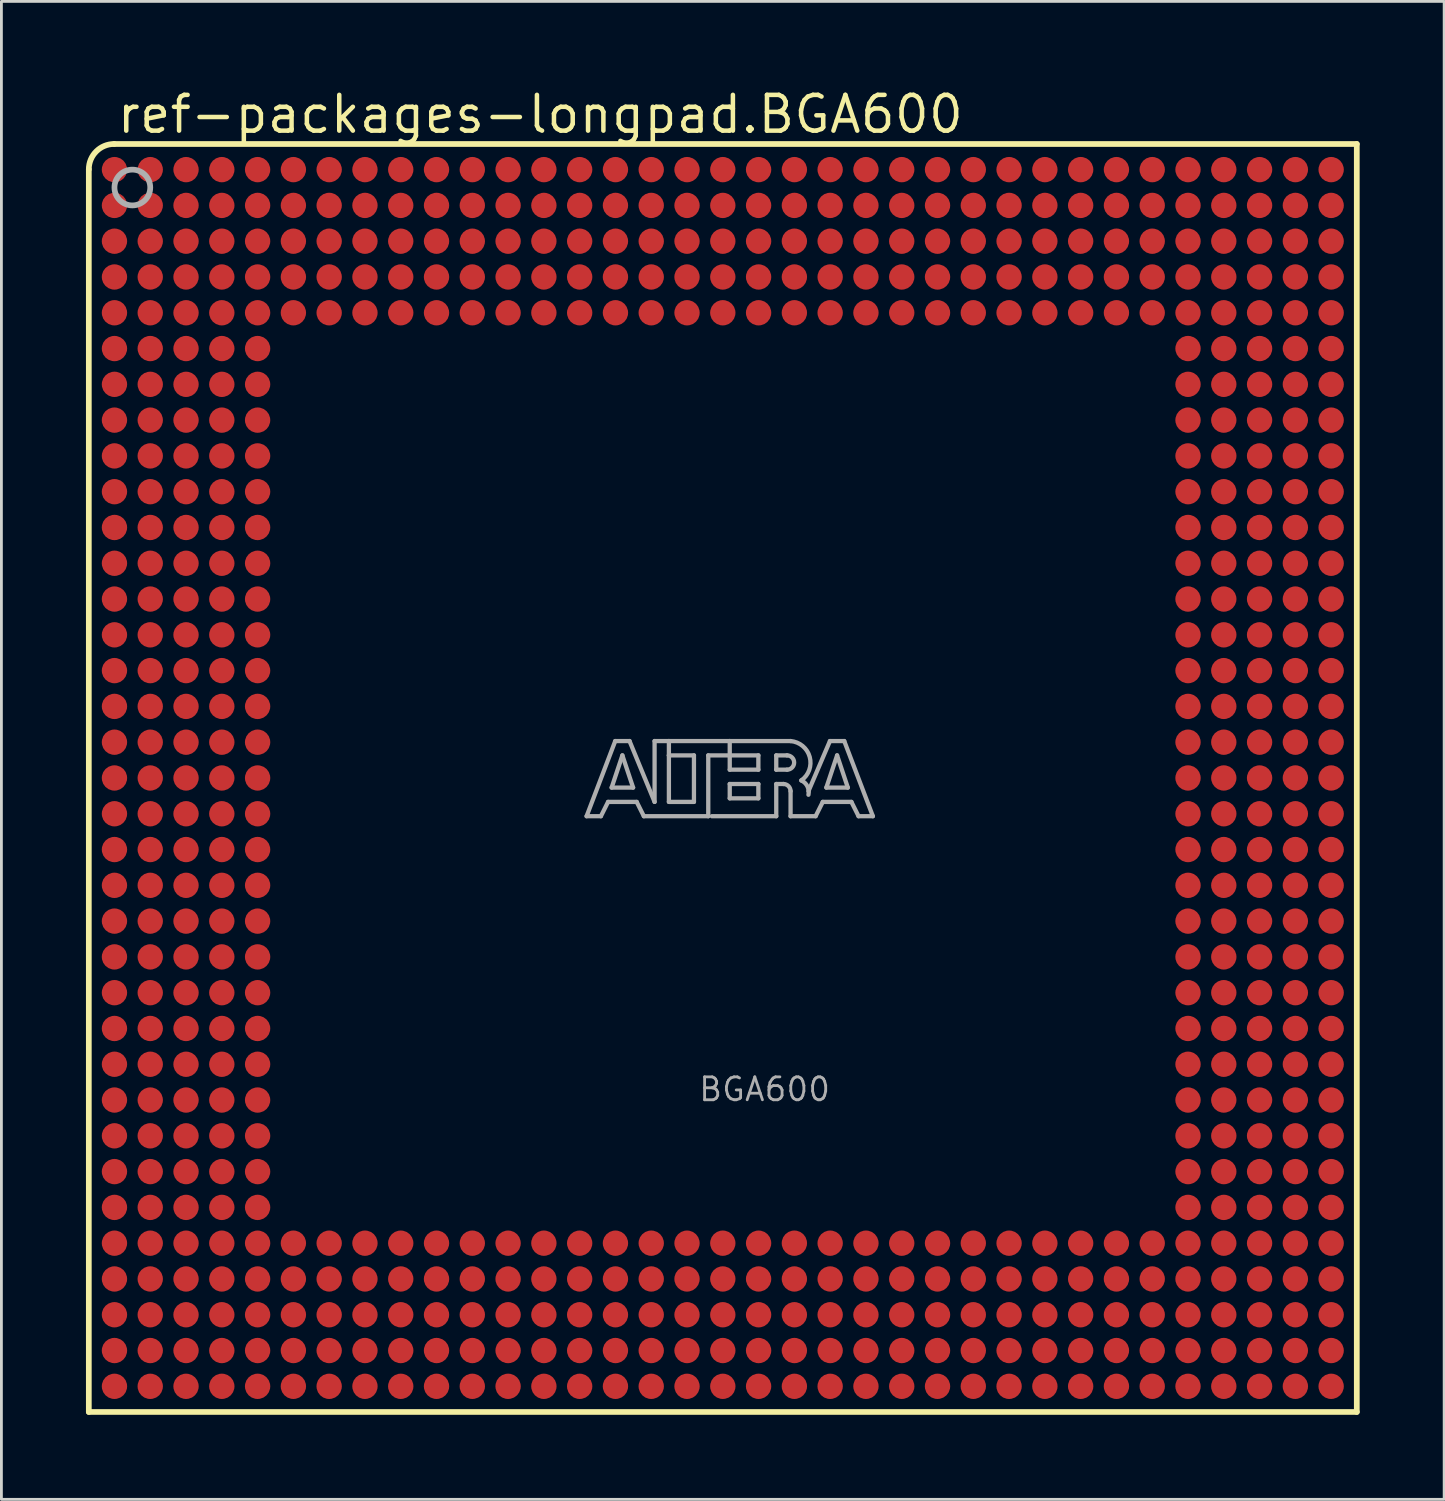
<source format=kicad_pcb>
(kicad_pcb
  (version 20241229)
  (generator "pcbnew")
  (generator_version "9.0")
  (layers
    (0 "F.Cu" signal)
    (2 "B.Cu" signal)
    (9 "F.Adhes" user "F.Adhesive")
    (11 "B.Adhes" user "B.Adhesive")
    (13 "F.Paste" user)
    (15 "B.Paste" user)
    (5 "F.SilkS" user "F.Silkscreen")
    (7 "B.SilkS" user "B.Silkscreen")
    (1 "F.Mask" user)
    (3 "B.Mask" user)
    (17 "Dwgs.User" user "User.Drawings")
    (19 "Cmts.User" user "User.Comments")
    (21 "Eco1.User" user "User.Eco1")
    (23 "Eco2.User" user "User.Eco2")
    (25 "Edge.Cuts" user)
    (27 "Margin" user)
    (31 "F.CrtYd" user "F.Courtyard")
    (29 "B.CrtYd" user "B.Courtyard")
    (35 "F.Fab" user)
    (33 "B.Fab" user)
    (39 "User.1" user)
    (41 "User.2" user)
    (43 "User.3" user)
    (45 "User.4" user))
  (footprint "ref-packages-longpad.BGA600"
    (layer "F.Cu")
    (at 22.602 24.56)
    (property "Reference" "ref-packages-longpad.BGA600" (at -21.579 -22.81 0) (layer "F.SilkS") (effects (font (size 1.27 1.27) (thickness 0.16)) (justify left bottom)))
    (attr smd)
    (fp_line (start -22.5 -21.6) (end -22.5 22.5) (stroke (width 0.203) (type default)) (layer "F.SilkS"))
    (fp_line (start -22.5 22.5) (end 22.5 22.5) (stroke (width 0.203) (type default)) (layer "F.SilkS"))
    (fp_line (start 22.5 -22.5) (end -21.6 -22.5) (stroke (width 0.203) (type default)) (layer "F.SilkS"))
    (fp_line (start 22.5 22.5) (end 22.5 -22.5) (stroke (width 0.203) (type default)) (layer "F.SilkS"))
    (fp_arc (start -22.5 -21.6) (mid -22.236338 -22.236538) (end -21.5998 -22.5002) (stroke (width 0.2032) (type default)) (layer "F.SilkS"))
    (fp_line (start -4.834 1.357) (end -3.818 -1.31) (stroke (width 0.152) (type default)) (layer "F.Fab"))
    (fp_line (start -4.326 1.357) (end -4.834 1.357) (stroke (width 0.152) (type default)) (layer "F.Fab"))
    (fp_line (start -4.072 0.849) (end -4.326 1.357) (stroke (width 0.152) (type default)) (layer "F.Fab"))
    (fp_line (start -3.945 0.341) (end -3.183 0.341) (stroke (width 0.152) (type default)) (layer "F.Fab"))
    (fp_line (start -3.818 -1.31) (end -3.31 -1.31) (stroke (width 0.152) (type default)) (layer "F.Fab"))
    (fp_line (start -3.564 -0.802) (end -3.945 0.341) (stroke (width 0.152) (type default)) (layer "F.Fab"))
    (fp_line (start -3.31 -1.31) (end -2.421 0.849) (stroke (width 0.152) (type default)) (layer "F.Fab"))
    (fp_line (start -3.183 0.341) (end -3.564 -0.802) (stroke (width 0.152) (type default)) (layer "F.Fab"))
    (fp_line (start -3.056 0.849) (end -4.072 0.849) (stroke (width 0.152) (type default)) (layer "F.Fab"))
    (fp_line (start -2.802 1.357) (end -3.056 0.849) (stroke (width 0.152) (type default)) (layer "F.Fab"))
    (fp_line (start -2.421 -1.31) (end -1.913 -1.31) (stroke (width 0.152) (type default)) (layer "F.Fab"))
    (fp_line (start -2.421 0.849) (end -2.421 -1.31) (stroke (width 0.152) (type default)) (layer "F.Fab"))
    (fp_line (start -1.913 -1.31) (end -1.913 -0.802) (stroke (width 0.152) (type default)) (layer "F.Fab"))
    (fp_line (start -1.913 -1.31) (end 0.246 -1.31) (stroke (width 0.152) (type default)) (layer "F.Fab"))
    (fp_line (start -1.913 -0.802) (end -1.913 0.849) (stroke (width 0.152) (type default)) (layer "F.Fab"))
    (fp_line (start -1.913 0.849) (end -1.024 0.849) (stroke (width 0.152) (type default)) (layer "F.Fab"))
    (fp_line (start -1.024 -0.802) (end -1.913 -0.802) (stroke (width 0.152) (type default)) (layer "F.Fab"))
    (fp_line (start -1.024 0.849) (end -1.024 -0.802) (stroke (width 0.152) (type default)) (layer "F.Fab"))
    (fp_line (start -0.516 -0.802) (end -0.516 1.357) (stroke (width 0.152) (type default)) (layer "F.Fab"))
    (fp_line (start -0.516 1.357) (end -2.802 1.357) (stroke (width 0.152) (type default)) (layer "F.Fab"))
    (fp_line (start 0.246 -1.31) (end 0.246 -0.802) (stroke (width 0.152) (type default)) (layer "F.Fab"))
    (fp_line (start 0.246 -1.31) (end 2.405 -1.31) (stroke (width 0.152) (type default)) (layer "F.Fab"))
    (fp_line (start 0.246 -0.802) (end -0.516 -0.802) (stroke (width 0.152) (type default)) (layer "F.Fab"))
    (fp_line (start 0.246 -0.802) (end 0.246 -0.294) (stroke (width 0.152) (type default)) (layer "F.Fab"))
    (fp_line (start 0.246 -0.294) (end 1.262 -0.294) (stroke (width 0.152) (type default)) (layer "F.Fab"))
    (fp_line (start 0.246 0.214) (end 1.262 0.214) (stroke (width 0.152) (type default)) (layer "F.Fab"))
    (fp_line (start 0.246 0.722) (end 0.246 0.214) (stroke (width 0.152) (type default)) (layer "F.Fab"))
    (fp_line (start 1.262 -0.802) (end 0.246 -0.802) (stroke (width 0.152) (type default)) (layer "F.Fab"))
    (fp_line (start 1.262 -0.294) (end 1.262 -0.802) (stroke (width 0.152) (type default)) (layer "F.Fab"))
    (fp_line (start 1.262 0.214) (end 1.262 0.722) (stroke (width 0.152) (type default)) (layer "F.Fab"))
    (fp_line (start 1.262 0.722) (end 0.246 0.722) (stroke (width 0.152) (type default)) (layer "F.Fab"))
    (fp_line (start 1.897 -0.802) (end 1.897 -0.294) (stroke (width 0.152) (type default)) (layer "F.Fab"))
    (fp_line (start 1.897 -0.294) (end 2.278 -0.294) (stroke (width 0.152) (type default)) (layer "F.Fab"))
    (fp_line (start 1.897 0.214) (end 1.897 1.357) (stroke (width 0.152) (type default)) (layer "F.Fab"))
    (fp_line (start 1.897 0.214) (end 2.151 0.214) (stroke (width 0.152) (type default)) (layer "F.Fab"))
    (fp_line (start 1.897 1.357) (end -0.389 1.357) (stroke (width 0.152) (type default)) (layer "F.Fab"))
    (fp_line (start 2.278 -0.802) (end 1.897 -0.802) (stroke (width 0.152) (type default)) (layer "F.Fab"))
    (fp_line (start 2.405 0.468) (end 2.405 1.357) (stroke (width 0.152) (type default)) (layer "F.Fab"))
    (fp_line (start 2.405 1.357) (end 3.294 1.357) (stroke (width 0.152) (type default)) (layer "F.Fab"))
    (fp_line (start 3.294 1.357) (end 3.548 0.849) (stroke (width 0.152) (type default)) (layer "F.Fab"))
    (fp_line (start 3.548 0.849) (end 4.564 0.849) (stroke (width 0.152) (type default)) (layer "F.Fab"))
    (fp_line (start 3.675 0.341) (end 4.056 -0.802) (stroke (width 0.152) (type default)) (layer "F.Fab"))
    (fp_line (start 3.802 -1.31) (end 3.04 0.468) (stroke (width 0.152) (type default)) (layer "F.Fab"))
    (fp_line (start 4.056 -0.802) (end 4.437 0.341) (stroke (width 0.152) (type default)) (layer "F.Fab"))
    (fp_line (start 4.31 -1.31) (end 3.802 -1.31) (stroke (width 0.152) (type default)) (layer "F.Fab"))
    (fp_line (start 4.437 0.341) (end 3.675 0.341) (stroke (width 0.152) (type default)) (layer "F.Fab"))
    (fp_line (start 4.564 0.849) (end 4.818 1.357) (stroke (width 0.152) (type default)) (layer "F.Fab"))
    (fp_line (start 4.818 1.357) (end 5.326 1.357) (stroke (width 0.152) (type default)) (layer "F.Fab"))
    (fp_line (start 5.326 1.357) (end 4.31 -1.31) (stroke (width 0.152) (type default)) (layer "F.Fab"))
    (fp_arc (start 2.151 0.214) (mid 2.330605 0.288395) (end 2.405 0.468) (stroke (width 0.1524) (type default)) (layer "F.Fab"))
    (fp_arc (start 2.278 -0.802) (mid 2.532 -0.548) (end 2.278 -0.294) (stroke (width 0.1524) (type default)) (layer "F.Fab"))
    (fp_arc (start 2.405 -1.31) (mid 3.084953 -0.74477) (end 2.7861 0.0874) (stroke (width 0.1524) (type default)) (layer "F.Fab"))
    (fp_arc (start 2.7861 0.0871) (mid 3.002081 0.296587) (end 3.0398 0.5951) (stroke (width 0.1524) (type default)) (layer "F.Fab"))
    (fp_circle (center -20.955 -20.955) (end -20.32 -20.955) (stroke (width 0.203) (type default)) (fill no) (layer "F.Fab"))
    (fp_text user "BGA600" (at -0.905 11.525 0) (layer "F.Fab") (effects (font (size 0.813 0.813) (thickness 0.1)) (justify left bottom)))
    (pad "A1" smd roundrect (at -21.59 -21.59) (size 0.9 0.9) (layers "F.Cu" "F.Mask" "F.Paste") (roundrect_rratio 0.5))
    (pad "A2" smd roundrect (at -20.32 -21.59) (size 0.9 0.9) (layers "F.Cu" "F.Mask" "F.Paste") (roundrect_rratio 0.5))
    (pad "A3" smd roundrect (at -19.05 -21.59) (size 0.9 0.9) (layers "F.Cu" "F.Mask" "F.Paste") (roundrect_rratio 0.5))
    (pad "A4" smd roundrect (at -17.78 -21.59) (size 0.9 0.9) (layers "F.Cu" "F.Mask" "F.Paste") (roundrect_rratio 0.5))
    (pad "A5" smd roundrect (at -16.51 -21.59) (size 0.9 0.9) (layers "F.Cu" "F.Mask" "F.Paste") (roundrect_rratio 0.5))
    (pad "A6" smd roundrect (at -15.24 -21.59) (size 0.9 0.9) (layers "F.Cu" "F.Mask" "F.Paste") (roundrect_rratio 0.5))
    (pad "A7" smd roundrect (at -13.97 -21.59) (size 0.9 0.9) (layers "F.Cu" "F.Mask" "F.Paste") (roundrect_rratio 0.5))
    (pad "A8" smd roundrect (at -12.7 -21.59) (size 0.9 0.9) (layers "F.Cu" "F.Mask" "F.Paste") (roundrect_rratio 0.5))
    (pad "A9" smd roundrect (at -11.43 -21.59) (size 0.9 0.9) (layers "F.Cu" "F.Mask" "F.Paste") (roundrect_rratio 0.5))
    (pad "A10" smd roundrect (at -10.16 -21.59) (size 0.9 0.9) (layers "F.Cu" "F.Mask" "F.Paste") (roundrect_rratio 0.5))
    (pad "A11" smd roundrect (at -8.89 -21.59) (size 0.9 0.9) (layers "F.Cu" "F.Mask" "F.Paste") (roundrect_rratio 0.5))
    (pad "A12" smd roundrect (at -7.62 -21.59) (size 0.9 0.9) (layers "F.Cu" "F.Mask" "F.Paste") (roundrect_rratio 0.5))
    (pad "A13" smd roundrect (at -6.35 -21.59) (size 0.9 0.9) (layers "F.Cu" "F.Mask" "F.Paste") (roundrect_rratio 0.5))
    (pad "A14" smd roundrect (at -5.08 -21.59) (size 0.9 0.9) (layers "F.Cu" "F.Mask" "F.Paste") (roundrect_rratio 0.5))
    (pad "A15" smd roundrect (at -3.81 -21.59) (size 0.9 0.9) (layers "F.Cu" "F.Mask" "F.Paste") (roundrect_rratio 0.5))
    (pad "A16" smd roundrect (at -2.54 -21.59) (size 0.9 0.9) (layers "F.Cu" "F.Mask" "F.Paste") (roundrect_rratio 0.5))
    (pad "A17" smd roundrect (at -1.27 -21.59) (size 0.9 0.9) (layers "F.Cu" "F.Mask" "F.Paste") (roundrect_rratio 0.5))
    (pad "A18" smd roundrect (at 0 -21.59) (size 0.9 0.9) (layers "F.Cu" "F.Mask" "F.Paste") (roundrect_rratio 0.5))
    (pad "A19" smd roundrect (at 1.27 -21.59) (size 0.9 0.9) (layers "F.Cu" "F.Mask" "F.Paste") (roundrect_rratio 0.5))
    (pad "A20" smd roundrect (at 2.54 -21.59) (size 0.9 0.9) (layers "F.Cu" "F.Mask" "F.Paste") (roundrect_rratio 0.5))
    (pad "A21" smd roundrect (at 3.81 -21.59) (size 0.9 0.9) (layers "F.Cu" "F.Mask" "F.Paste") (roundrect_rratio 0.5))
    (pad "A22" smd roundrect (at 5.08 -21.59) (size 0.9 0.9) (layers "F.Cu" "F.Mask" "F.Paste") (roundrect_rratio 0.5))
    (pad "A23" smd roundrect (at 6.35 -21.59) (size 0.9 0.9) (layers "F.Cu" "F.Mask" "F.Paste") (roundrect_rratio 0.5))
    (pad "A24" smd roundrect (at 7.62 -21.59) (size 0.9 0.9) (layers "F.Cu" "F.Mask" "F.Paste") (roundrect_rratio 0.5))
    (pad "A25" smd roundrect (at 8.89 -21.59) (size 0.9 0.9) (layers "F.Cu" "F.Mask" "F.Paste") (roundrect_rratio 0.5))
    (pad "A26" smd roundrect (at 10.16 -21.59) (size 0.9 0.9) (layers "F.Cu" "F.Mask" "F.Paste") (roundrect_rratio 0.5))
    (pad "A27" smd roundrect (at 11.43 -21.59) (size 0.9 0.9) (layers "F.Cu" "F.Mask" "F.Paste") (roundrect_rratio 0.5))
    (pad "A28" smd roundrect (at 12.7 -21.59) (size 0.9 0.9) (layers "F.Cu" "F.Mask" "F.Paste") (roundrect_rratio 0.5))
    (pad "A29" smd roundrect (at 13.97 -21.59) (size 0.9 0.9) (layers "F.Cu" "F.Mask" "F.Paste") (roundrect_rratio 0.5))
    (pad "A30" smd roundrect (at 15.24 -21.59) (size 0.9 0.9) (layers "F.Cu" "F.Mask" "F.Paste") (roundrect_rratio 0.5))
    (pad "A31" smd roundrect (at 16.51 -21.59) (size 0.9 0.9) (layers "F.Cu" "F.Mask" "F.Paste") (roundrect_rratio 0.5))
    (pad "A32" smd roundrect (at 17.78 -21.59) (size 0.9 0.9) (layers "F.Cu" "F.Mask" "F.Paste") (roundrect_rratio 0.5))
    (pad "A33" smd roundrect (at 19.05 -21.59) (size 0.9 0.9) (layers "F.Cu" "F.Mask" "F.Paste") (roundrect_rratio 0.5))
    (pad "A34" smd roundrect (at 20.32 -21.59) (size 0.9 0.9) (layers "F.Cu" "F.Mask" "F.Paste") (roundrect_rratio 0.5))
    (pad "A35" smd roundrect (at 21.59 -21.59) (size 0.9 0.9) (layers "F.Cu" "F.Mask" "F.Paste") (roundrect_rratio 0.5))
    (pad "AA1" smd roundrect (at -21.59 3.81) (size 0.9 0.9) (layers "F.Cu" "F.Mask" "F.Paste") (roundrect_rratio 0.5))
    (pad "AA2" smd roundrect (at -20.32 3.81) (size 0.9 0.9) (layers "F.Cu" "F.Mask" "F.Paste") (roundrect_rratio 0.5))
    (pad "AA3" smd roundrect (at -19.05 3.81) (size 0.9 0.9) (layers "F.Cu" "F.Mask" "F.Paste") (roundrect_rratio 0.5))
    (pad "AA4" smd roundrect (at -17.78 3.81) (size 0.9 0.9) (layers "F.Cu" "F.Mask" "F.Paste") (roundrect_rratio 0.5))
    (pad "AA5" smd roundrect (at -16.51 3.81) (size 0.9 0.9) (layers "F.Cu" "F.Mask" "F.Paste") (roundrect_rratio 0.5))
    (pad "AA31" smd roundrect (at 16.51 3.81) (size 0.9 0.9) (layers "F.Cu" "F.Mask" "F.Paste") (roundrect_rratio 0.5))
    (pad "AA32" smd roundrect (at 17.78 3.81) (size 0.9 0.9) (layers "F.Cu" "F.Mask" "F.Paste") (roundrect_rratio 0.5))
    (pad "AA33" smd roundrect (at 19.05 3.81) (size 0.9 0.9) (layers "F.Cu" "F.Mask" "F.Paste") (roundrect_rratio 0.5))
    (pad "AA34" smd roundrect (at 20.32 3.81) (size 0.9 0.9) (layers "F.Cu" "F.Mask" "F.Paste") (roundrect_rratio 0.5))
    (pad "AA35" smd roundrect (at 21.59 3.81) (size 0.9 0.9) (layers "F.Cu" "F.Mask" "F.Paste") (roundrect_rratio 0.5))
    (pad "AB1" smd roundrect (at -21.59 5.08) (size 0.9 0.9) (layers "F.Cu" "F.Mask" "F.Paste") (roundrect_rratio 0.5))
    (pad "AB2" smd roundrect (at -20.32 5.08) (size 0.9 0.9) (layers "F.Cu" "F.Mask" "F.Paste") (roundrect_rratio 0.5))
    (pad "AB3" smd roundrect (at -19.05 5.08) (size 0.9 0.9) (layers "F.Cu" "F.Mask" "F.Paste") (roundrect_rratio 0.5))
    (pad "AB4" smd roundrect (at -17.78 5.08) (size 0.9 0.9) (layers "F.Cu" "F.Mask" "F.Paste") (roundrect_rratio 0.5))
    (pad "AB5" smd roundrect (at -16.51 5.08) (size 0.9 0.9) (layers "F.Cu" "F.Mask" "F.Paste") (roundrect_rratio 0.5))
    (pad "AB31" smd roundrect (at 16.51 5.08) (size 0.9 0.9) (layers "F.Cu" "F.Mask" "F.Paste") (roundrect_rratio 0.5))
    (pad "AB32" smd roundrect (at 17.78 5.08) (size 0.9 0.9) (layers "F.Cu" "F.Mask" "F.Paste") (roundrect_rratio 0.5))
    (pad "AB33" smd roundrect (at 19.05 5.08) (size 0.9 0.9) (layers "F.Cu" "F.Mask" "F.Paste") (roundrect_rratio 0.5))
    (pad "AB34" smd roundrect (at 20.32 5.08) (size 0.9 0.9) (layers "F.Cu" "F.Mask" "F.Paste") (roundrect_rratio 0.5))
    (pad "AB35" smd roundrect (at 21.59 5.08) (size 0.9 0.9) (layers "F.Cu" "F.Mask" "F.Paste") (roundrect_rratio 0.5))
    (pad "AC1" smd roundrect (at -21.59 6.35) (size 0.9 0.9) (layers "F.Cu" "F.Mask" "F.Paste") (roundrect_rratio 0.5))
    (pad "AC2" smd roundrect (at -20.32 6.35) (size 0.9 0.9) (layers "F.Cu" "F.Mask" "F.Paste") (roundrect_rratio 0.5))
    (pad "AC3" smd roundrect (at -19.05 6.35) (size 0.9 0.9) (layers "F.Cu" "F.Mask" "F.Paste") (roundrect_rratio 0.5))
    (pad "AC4" smd roundrect (at -17.78 6.35) (size 0.9 0.9) (layers "F.Cu" "F.Mask" "F.Paste") (roundrect_rratio 0.5))
    (pad "AC5" smd roundrect (at -16.51 6.35) (size 0.9 0.9) (layers "F.Cu" "F.Mask" "F.Paste") (roundrect_rratio 0.5))
    (pad "AC31" smd roundrect (at 16.51 6.35) (size 0.9 0.9) (layers "F.Cu" "F.Mask" "F.Paste") (roundrect_rratio 0.5))
    (pad "AC32" smd roundrect (at 17.78 6.35) (size 0.9 0.9) (layers "F.Cu" "F.Mask" "F.Paste") (roundrect_rratio 0.5))
    (pad "AC33" smd roundrect (at 19.05 6.35) (size 0.9 0.9) (layers "F.Cu" "F.Mask" "F.Paste") (roundrect_rratio 0.5))
    (pad "AC34" smd roundrect (at 20.32 6.35) (size 0.9 0.9) (layers "F.Cu" "F.Mask" "F.Paste") (roundrect_rratio 0.5))
    (pad "AC35" smd roundrect (at 21.59 6.35) (size 0.9 0.9) (layers "F.Cu" "F.Mask" "F.Paste") (roundrect_rratio 0.5))
    (pad "AD1" smd roundrect (at -21.59 7.62) (size 0.9 0.9) (layers "F.Cu" "F.Mask" "F.Paste") (roundrect_rratio 0.5))
    (pad "AD2" smd roundrect (at -20.32 7.62) (size 0.9 0.9) (layers "F.Cu" "F.Mask" "F.Paste") (roundrect_rratio 0.5))
    (pad "AD3" smd roundrect (at -19.05 7.62) (size 0.9 0.9) (layers "F.Cu" "F.Mask" "F.Paste") (roundrect_rratio 0.5))
    (pad "AD4" smd roundrect (at -17.78 7.62) (size 0.9 0.9) (layers "F.Cu" "F.Mask" "F.Paste") (roundrect_rratio 0.5))
    (pad "AD5" smd roundrect (at -16.51 7.62) (size 0.9 0.9) (layers "F.Cu" "F.Mask" "F.Paste") (roundrect_rratio 0.5))
    (pad "AD31" smd roundrect (at 16.51 7.62) (size 0.9 0.9) (layers "F.Cu" "F.Mask" "F.Paste") (roundrect_rratio 0.5))
    (pad "AD32" smd roundrect (at 17.78 7.62) (size 0.9 0.9) (layers "F.Cu" "F.Mask" "F.Paste") (roundrect_rratio 0.5))
    (pad "AD33" smd roundrect (at 19.05 7.62) (size 0.9 0.9) (layers "F.Cu" "F.Mask" "F.Paste") (roundrect_rratio 0.5))
    (pad "AD34" smd roundrect (at 20.32 7.62) (size 0.9 0.9) (layers "F.Cu" "F.Mask" "F.Paste") (roundrect_rratio 0.5))
    (pad "AD35" smd roundrect (at 21.59 7.62) (size 0.9 0.9) (layers "F.Cu" "F.Mask" "F.Paste") (roundrect_rratio 0.5))
    (pad "AE1" smd roundrect (at -21.59 8.89) (size 0.9 0.9) (layers "F.Cu" "F.Mask" "F.Paste") (roundrect_rratio 0.5))
    (pad "AE2" smd roundrect (at -20.32 8.89) (size 0.9 0.9) (layers "F.Cu" "F.Mask" "F.Paste") (roundrect_rratio 0.5))
    (pad "AE3" smd roundrect (at -19.05 8.89) (size 0.9 0.9) (layers "F.Cu" "F.Mask" "F.Paste") (roundrect_rratio 0.5))
    (pad "AE4" smd roundrect (at -17.78 8.89) (size 0.9 0.9) (layers "F.Cu" "F.Mask" "F.Paste") (roundrect_rratio 0.5))
    (pad "AE5" smd roundrect (at -16.51 8.89) (size 0.9 0.9) (layers "F.Cu" "F.Mask" "F.Paste") (roundrect_rratio 0.5))
    (pad "AE31" smd roundrect (at 16.51 8.89) (size 0.9 0.9) (layers "F.Cu" "F.Mask" "F.Paste") (roundrect_rratio 0.5))
    (pad "AE32" smd roundrect (at 17.78 8.89) (size 0.9 0.9) (layers "F.Cu" "F.Mask" "F.Paste") (roundrect_rratio 0.5))
    (pad "AE33" smd roundrect (at 19.05 8.89) (size 0.9 0.9) (layers "F.Cu" "F.Mask" "F.Paste") (roundrect_rratio 0.5))
    (pad "AE34" smd roundrect (at 20.32 8.89) (size 0.9 0.9) (layers "F.Cu" "F.Mask" "F.Paste") (roundrect_rratio 0.5))
    (pad "AE35" smd roundrect (at 21.59 8.89) (size 0.9 0.9) (layers "F.Cu" "F.Mask" "F.Paste") (roundrect_rratio 0.5))
    (pad "AF1" smd roundrect (at -21.59 10.16) (size 0.9 0.9) (layers "F.Cu" "F.Mask" "F.Paste") (roundrect_rratio 0.5))
    (pad "AF2" smd roundrect (at -20.32 10.16) (size 0.9 0.9) (layers "F.Cu" "F.Mask" "F.Paste") (roundrect_rratio 0.5))
    (pad "AF3" smd roundrect (at -19.05 10.16) (size 0.9 0.9) (layers "F.Cu" "F.Mask" "F.Paste") (roundrect_rratio 0.5))
    (pad "AF4" smd roundrect (at -17.78 10.16) (size 0.9 0.9) (layers "F.Cu" "F.Mask" "F.Paste") (roundrect_rratio 0.5))
    (pad "AF5" smd roundrect (at -16.51 10.16) (size 0.9 0.9) (layers "F.Cu" "F.Mask" "F.Paste") (roundrect_rratio 0.5))
    (pad "AF31" smd roundrect (at 16.51 10.16) (size 0.9 0.9) (layers "F.Cu" "F.Mask" "F.Paste") (roundrect_rratio 0.5))
    (pad "AF32" smd roundrect (at 17.78 10.16) (size 0.9 0.9) (layers "F.Cu" "F.Mask" "F.Paste") (roundrect_rratio 0.5))
    (pad "AF33" smd roundrect (at 19.05 10.16) (size 0.9 0.9) (layers "F.Cu" "F.Mask" "F.Paste") (roundrect_rratio 0.5))
    (pad "AF34" smd roundrect (at 20.32 10.16) (size 0.9 0.9) (layers "F.Cu" "F.Mask" "F.Paste") (roundrect_rratio 0.5))
    (pad "AF35" smd roundrect (at 21.59 10.16) (size 0.9 0.9) (layers "F.Cu" "F.Mask" "F.Paste") (roundrect_rratio 0.5))
    (pad "AG1" smd roundrect (at -21.59 11.43) (size 0.9 0.9) (layers "F.Cu" "F.Mask" "F.Paste") (roundrect_rratio 0.5))
    (pad "AG2" smd roundrect (at -20.32 11.43) (size 0.9 0.9) (layers "F.Cu" "F.Mask" "F.Paste") (roundrect_rratio 0.5))
    (pad "AG3" smd roundrect (at -19.05 11.43) (size 0.9 0.9) (layers "F.Cu" "F.Mask" "F.Paste") (roundrect_rratio 0.5))
    (pad "AG4" smd roundrect (at -17.78 11.43) (size 0.9 0.9) (layers "F.Cu" "F.Mask" "F.Paste") (roundrect_rratio 0.5))
    (pad "AG5" smd roundrect (at -16.51 11.43) (size 0.9 0.9) (layers "F.Cu" "F.Mask" "F.Paste") (roundrect_rratio 0.5))
    (pad "AG31" smd roundrect (at 16.51 11.43) (size 0.9 0.9) (layers "F.Cu" "F.Mask" "F.Paste") (roundrect_rratio 0.5))
    (pad "AG32" smd roundrect (at 17.78 11.43) (size 0.9 0.9) (layers "F.Cu" "F.Mask" "F.Paste") (roundrect_rratio 0.5))
    (pad "AG33" smd roundrect (at 19.05 11.43) (size 0.9 0.9) (layers "F.Cu" "F.Mask" "F.Paste") (roundrect_rratio 0.5))
    (pad "AG34" smd roundrect (at 20.32 11.43) (size 0.9 0.9) (layers "F.Cu" "F.Mask" "F.Paste") (roundrect_rratio 0.5))
    (pad "AG35" smd roundrect (at 21.59 11.43) (size 0.9 0.9) (layers "F.Cu" "F.Mask" "F.Paste") (roundrect_rratio 0.5))
    (pad "AH1" smd roundrect (at -21.59 12.7) (size 0.9 0.9) (layers "F.Cu" "F.Mask" "F.Paste") (roundrect_rratio 0.5))
    (pad "AH2" smd roundrect (at -20.32 12.7) (size 0.9 0.9) (layers "F.Cu" "F.Mask" "F.Paste") (roundrect_rratio 0.5))
    (pad "AH3" smd roundrect (at -19.05 12.7) (size 0.9 0.9) (layers "F.Cu" "F.Mask" "F.Paste") (roundrect_rratio 0.5))
    (pad "AH4" smd roundrect (at -17.78 12.7) (size 0.9 0.9) (layers "F.Cu" "F.Mask" "F.Paste") (roundrect_rratio 0.5))
    (pad "AH5" smd roundrect (at -16.51 12.7) (size 0.9 0.9) (layers "F.Cu" "F.Mask" "F.Paste") (roundrect_rratio 0.5))
    (pad "AH31" smd roundrect (at 16.51 12.7) (size 0.9 0.9) (layers "F.Cu" "F.Mask" "F.Paste") (roundrect_rratio 0.5))
    (pad "AH32" smd roundrect (at 17.78 12.7) (size 0.9 0.9) (layers "F.Cu" "F.Mask" "F.Paste") (roundrect_rratio 0.5))
    (pad "AH33" smd roundrect (at 19.05 12.7) (size 0.9 0.9) (layers "F.Cu" "F.Mask" "F.Paste") (roundrect_rratio 0.5))
    (pad "AH34" smd roundrect (at 20.32 12.7) (size 0.9 0.9) (layers "F.Cu" "F.Mask" "F.Paste") (roundrect_rratio 0.5))
    (pad "AH35" smd roundrect (at 21.59 12.7) (size 0.9 0.9) (layers "F.Cu" "F.Mask" "F.Paste") (roundrect_rratio 0.5))
    (pad "AJ1" smd roundrect (at -21.59 13.97) (size 0.9 0.9) (layers "F.Cu" "F.Mask" "F.Paste") (roundrect_rratio 0.5))
    (pad "AJ2" smd roundrect (at -20.32 13.97) (size 0.9 0.9) (layers "F.Cu" "F.Mask" "F.Paste") (roundrect_rratio 0.5))
    (pad "AJ3" smd roundrect (at -19.05 13.97) (size 0.9 0.9) (layers "F.Cu" "F.Mask" "F.Paste") (roundrect_rratio 0.5))
    (pad "AJ4" smd roundrect (at -17.78 13.97) (size 0.9 0.9) (layers "F.Cu" "F.Mask" "F.Paste") (roundrect_rratio 0.5))
    (pad "AJ5" smd roundrect (at -16.51 13.97) (size 0.9 0.9) (layers "F.Cu" "F.Mask" "F.Paste") (roundrect_rratio 0.5))
    (pad "AJ31" smd roundrect (at 16.51 13.97) (size 0.9 0.9) (layers "F.Cu" "F.Mask" "F.Paste") (roundrect_rratio 0.5))
    (pad "AJ32" smd roundrect (at 17.78 13.97) (size 0.9 0.9) (layers "F.Cu" "F.Mask" "F.Paste") (roundrect_rratio 0.5))
    (pad "AJ33" smd roundrect (at 19.05 13.97) (size 0.9 0.9) (layers "F.Cu" "F.Mask" "F.Paste") (roundrect_rratio 0.5))
    (pad "AJ34" smd roundrect (at 20.32 13.97) (size 0.9 0.9) (layers "F.Cu" "F.Mask" "F.Paste") (roundrect_rratio 0.5))
    (pad "AJ35" smd roundrect (at 21.59 13.97) (size 0.9 0.9) (layers "F.Cu" "F.Mask" "F.Paste") (roundrect_rratio 0.5))
    (pad "AK1" smd roundrect (at -21.59 15.24) (size 0.9 0.9) (layers "F.Cu" "F.Mask" "F.Paste") (roundrect_rratio 0.5))
    (pad "AK2" smd roundrect (at -20.32 15.24) (size 0.9 0.9) (layers "F.Cu" "F.Mask" "F.Paste") (roundrect_rratio 0.5))
    (pad "AK3" smd roundrect (at -19.05 15.24) (size 0.9 0.9) (layers "F.Cu" "F.Mask" "F.Paste") (roundrect_rratio 0.5))
    (pad "AK4" smd roundrect (at -17.78 15.24) (size 0.9 0.9) (layers "F.Cu" "F.Mask" "F.Paste") (roundrect_rratio 0.5))
    (pad "AK5" smd roundrect (at -16.51 15.24) (size 0.9 0.9) (layers "F.Cu" "F.Mask" "F.Paste") (roundrect_rratio 0.5))
    (pad "AK31" smd roundrect (at 16.51 15.24) (size 0.9 0.9) (layers "F.Cu" "F.Mask" "F.Paste") (roundrect_rratio 0.5))
    (pad "AK32" smd roundrect (at 17.78 15.24) (size 0.9 0.9) (layers "F.Cu" "F.Mask" "F.Paste") (roundrect_rratio 0.5))
    (pad "AK33" smd roundrect (at 19.05 15.24) (size 0.9 0.9) (layers "F.Cu" "F.Mask" "F.Paste") (roundrect_rratio 0.5))
    (pad "AK34" smd roundrect (at 20.32 15.24) (size 0.9 0.9) (layers "F.Cu" "F.Mask" "F.Paste") (roundrect_rratio 0.5))
    (pad "AK35" smd roundrect (at 21.59 15.24) (size 0.9 0.9) (layers "F.Cu" "F.Mask" "F.Paste") (roundrect_rratio 0.5))
    (pad "AL1" smd roundrect (at -21.59 16.51) (size 0.9 0.9) (layers "F.Cu" "F.Mask" "F.Paste") (roundrect_rratio 0.5))
    (pad "AL2" smd roundrect (at -20.32 16.51) (size 0.9 0.9) (layers "F.Cu" "F.Mask" "F.Paste") (roundrect_rratio 0.5))
    (pad "AL3" smd roundrect (at -19.05 16.51) (size 0.9 0.9) (layers "F.Cu" "F.Mask" "F.Paste") (roundrect_rratio 0.5))
    (pad "AL4" smd roundrect (at -17.78 16.51) (size 0.9 0.9) (layers "F.Cu" "F.Mask" "F.Paste") (roundrect_rratio 0.5))
    (pad "AL5" smd roundrect (at -16.51 16.51) (size 0.9 0.9) (layers "F.Cu" "F.Mask" "F.Paste") (roundrect_rratio 0.5))
    (pad "AL6" smd roundrect (at -15.24 16.51) (size 0.9 0.9) (layers "F.Cu" "F.Mask" "F.Paste") (roundrect_rratio 0.5))
    (pad "AL7" smd roundrect (at -13.97 16.51) (size 0.9 0.9) (layers "F.Cu" "F.Mask" "F.Paste") (roundrect_rratio 0.5))
    (pad "AL8" smd roundrect (at -12.7 16.51) (size 0.9 0.9) (layers "F.Cu" "F.Mask" "F.Paste") (roundrect_rratio 0.5))
    (pad "AL9" smd roundrect (at -11.43 16.51) (size 0.9 0.9) (layers "F.Cu" "F.Mask" "F.Paste") (roundrect_rratio 0.5))
    (pad "AL10" smd roundrect (at -10.16 16.51) (size 0.9 0.9) (layers "F.Cu" "F.Mask" "F.Paste") (roundrect_rratio 0.5))
    (pad "AL11" smd roundrect (at -8.89 16.51) (size 0.9 0.9) (layers "F.Cu" "F.Mask" "F.Paste") (roundrect_rratio 0.5))
    (pad "AL12" smd roundrect (at -7.62 16.51) (size 0.9 0.9) (layers "F.Cu" "F.Mask" "F.Paste") (roundrect_rratio 0.5))
    (pad "AL13" smd roundrect (at -6.35 16.51) (size 0.9 0.9) (layers "F.Cu" "F.Mask" "F.Paste") (roundrect_rratio 0.5))
    (pad "AL14" smd roundrect (at -5.08 16.51) (size 0.9 0.9) (layers "F.Cu" "F.Mask" "F.Paste") (roundrect_rratio 0.5))
    (pad "AL15" smd roundrect (at -3.81 16.51) (size 0.9 0.9) (layers "F.Cu" "F.Mask" "F.Paste") (roundrect_rratio 0.5))
    (pad "AL16" smd roundrect (at -2.54 16.51) (size 0.9 0.9) (layers "F.Cu" "F.Mask" "F.Paste") (roundrect_rratio 0.5))
    (pad "AL17" smd roundrect (at -1.27 16.51) (size 0.9 0.9) (layers "F.Cu" "F.Mask" "F.Paste") (roundrect_rratio 0.5))
    (pad "AL18" smd roundrect (at 0 16.51) (size 0.9 0.9) (layers "F.Cu" "F.Mask" "F.Paste") (roundrect_rratio 0.5))
    (pad "AL19" smd roundrect (at 1.27 16.51) (size 0.9 0.9) (layers "F.Cu" "F.Mask" "F.Paste") (roundrect_rratio 0.5))
    (pad "AL20" smd roundrect (at 2.54 16.51) (size 0.9 0.9) (layers "F.Cu" "F.Mask" "F.Paste") (roundrect_rratio 0.5))
    (pad "AL21" smd roundrect (at 3.81 16.51) (size 0.9 0.9) (layers "F.Cu" "F.Mask" "F.Paste") (roundrect_rratio 0.5))
    (pad "AL22" smd roundrect (at 5.08 16.51) (size 0.9 0.9) (layers "F.Cu" "F.Mask" "F.Paste") (roundrect_rratio 0.5))
    (pad "AL23" smd roundrect (at 6.35 16.51) (size 0.9 0.9) (layers "F.Cu" "F.Mask" "F.Paste") (roundrect_rratio 0.5))
    (pad "AL24" smd roundrect (at 7.62 16.51) (size 0.9 0.9) (layers "F.Cu" "F.Mask" "F.Paste") (roundrect_rratio 0.5))
    (pad "AL25" smd roundrect (at 8.89 16.51) (size 0.9 0.9) (layers "F.Cu" "F.Mask" "F.Paste") (roundrect_rratio 0.5))
    (pad "AL26" smd roundrect (at 10.16 16.51) (size 0.9 0.9) (layers "F.Cu" "F.Mask" "F.Paste") (roundrect_rratio 0.5))
    (pad "AL27" smd roundrect (at 11.43 16.51) (size 0.9 0.9) (layers "F.Cu" "F.Mask" "F.Paste") (roundrect_rratio 0.5))
    (pad "AL28" smd roundrect (at 12.7 16.51) (size 0.9 0.9) (layers "F.Cu" "F.Mask" "F.Paste") (roundrect_rratio 0.5))
    (pad "AL29" smd roundrect (at 13.97 16.51) (size 0.9 0.9) (layers "F.Cu" "F.Mask" "F.Paste") (roundrect_rratio 0.5))
    (pad "AL30" smd roundrect (at 15.24 16.51) (size 0.9 0.9) (layers "F.Cu" "F.Mask" "F.Paste") (roundrect_rratio 0.5))
    (pad "AL31" smd roundrect (at 16.51 16.51) (size 0.9 0.9) (layers "F.Cu" "F.Mask" "F.Paste") (roundrect_rratio 0.5))
    (pad "AL32" smd roundrect (at 17.78 16.51) (size 0.9 0.9) (layers "F.Cu" "F.Mask" "F.Paste") (roundrect_rratio 0.5))
    (pad "AL33" smd roundrect (at 19.05 16.51) (size 0.9 0.9) (layers "F.Cu" "F.Mask" "F.Paste") (roundrect_rratio 0.5))
    (pad "AL34" smd roundrect (at 20.32 16.51) (size 0.9 0.9) (layers "F.Cu" "F.Mask" "F.Paste") (roundrect_rratio 0.5))
    (pad "AL35" smd roundrect (at 21.59 16.51) (size 0.9 0.9) (layers "F.Cu" "F.Mask" "F.Paste") (roundrect_rratio 0.5))
    (pad "AM1" smd roundrect (at -21.59 17.78) (size 0.9 0.9) (layers "F.Cu" "F.Mask" "F.Paste") (roundrect_rratio 0.5))
    (pad "AM2" smd roundrect (at -20.32 17.78) (size 0.9 0.9) (layers "F.Cu" "F.Mask" "F.Paste") (roundrect_rratio 0.5))
    (pad "AM3" smd roundrect (at -19.05 17.78) (size 0.9 0.9) (layers "F.Cu" "F.Mask" "F.Paste") (roundrect_rratio 0.5))
    (pad "AM4" smd roundrect (at -17.78 17.78) (size 0.9 0.9) (layers "F.Cu" "F.Mask" "F.Paste") (roundrect_rratio 0.5))
    (pad "AM5" smd roundrect (at -16.51 17.78) (size 0.9 0.9) (layers "F.Cu" "F.Mask" "F.Paste") (roundrect_rratio 0.5))
    (pad "AM6" smd roundrect (at -15.24 17.78) (size 0.9 0.9) (layers "F.Cu" "F.Mask" "F.Paste") (roundrect_rratio 0.5))
    (pad "AM7" smd roundrect (at -13.97 17.78) (size 0.9 0.9) (layers "F.Cu" "F.Mask" "F.Paste") (roundrect_rratio 0.5))
    (pad "AM8" smd roundrect (at -12.7 17.78) (size 0.9 0.9) (layers "F.Cu" "F.Mask" "F.Paste") (roundrect_rratio 0.5))
    (pad "AM9" smd roundrect (at -11.43 17.78) (size 0.9 0.9) (layers "F.Cu" "F.Mask" "F.Paste") (roundrect_rratio 0.5))
    (pad "AM10" smd roundrect (at -10.16 17.78) (size 0.9 0.9) (layers "F.Cu" "F.Mask" "F.Paste") (roundrect_rratio 0.5))
    (pad "AM11" smd roundrect (at -8.89 17.78) (size 0.9 0.9) (layers "F.Cu" "F.Mask" "F.Paste") (roundrect_rratio 0.5))
    (pad "AM12" smd roundrect (at -7.62 17.78) (size 0.9 0.9) (layers "F.Cu" "F.Mask" "F.Paste") (roundrect_rratio 0.5))
    (pad "AM13" smd roundrect (at -6.35 17.78) (size 0.9 0.9) (layers "F.Cu" "F.Mask" "F.Paste") (roundrect_rratio 0.5))
    (pad "AM14" smd roundrect (at -5.08 17.78) (size 0.9 0.9) (layers "F.Cu" "F.Mask" "F.Paste") (roundrect_rratio 0.5))
    (pad "AM15" smd roundrect (at -3.81 17.78) (size 0.9 0.9) (layers "F.Cu" "F.Mask" "F.Paste") (roundrect_rratio 0.5))
    (pad "AM16" smd roundrect (at -2.54 17.78) (size 0.9 0.9) (layers "F.Cu" "F.Mask" "F.Paste") (roundrect_rratio 0.5))
    (pad "AM17" smd roundrect (at -1.27 17.78) (size 0.9 0.9) (layers "F.Cu" "F.Mask" "F.Paste") (roundrect_rratio 0.5))
    (pad "AM18" smd roundrect (at 0 17.78) (size 0.9 0.9) (layers "F.Cu" "F.Mask" "F.Paste") (roundrect_rratio 0.5))
    (pad "AM19" smd roundrect (at 1.27 17.78) (size 0.9 0.9) (layers "F.Cu" "F.Mask" "F.Paste") (roundrect_rratio 0.5))
    (pad "AM20" smd roundrect (at 2.54 17.78) (size 0.9 0.9) (layers "F.Cu" "F.Mask" "F.Paste") (roundrect_rratio 0.5))
    (pad "AM21" smd roundrect (at 3.81 17.78) (size 0.9 0.9) (layers "F.Cu" "F.Mask" "F.Paste") (roundrect_rratio 0.5))
    (pad "AM22" smd roundrect (at 5.08 17.78) (size 0.9 0.9) (layers "F.Cu" "F.Mask" "F.Paste") (roundrect_rratio 0.5))
    (pad "AM23" smd roundrect (at 6.35 17.78) (size 0.9 0.9) (layers "F.Cu" "F.Mask" "F.Paste") (roundrect_rratio 0.5))
    (pad "AM24" smd roundrect (at 7.62 17.78) (size 0.9 0.9) (layers "F.Cu" "F.Mask" "F.Paste") (roundrect_rratio 0.5))
    (pad "AM25" smd roundrect (at 8.89 17.78) (size 0.9 0.9) (layers "F.Cu" "F.Mask" "F.Paste") (roundrect_rratio 0.5))
    (pad "AM26" smd roundrect (at 10.16 17.78) (size 0.9 0.9) (layers "F.Cu" "F.Mask" "F.Paste") (roundrect_rratio 0.5))
    (pad "AM27" smd roundrect (at 11.43 17.78) (size 0.9 0.9) (layers "F.Cu" "F.Mask" "F.Paste") (roundrect_rratio 0.5))
    (pad "AM28" smd roundrect (at 12.7 17.78) (size 0.9 0.9) (layers "F.Cu" "F.Mask" "F.Paste") (roundrect_rratio 0.5))
    (pad "AM29" smd roundrect (at 13.97 17.78) (size 0.9 0.9) (layers "F.Cu" "F.Mask" "F.Paste") (roundrect_rratio 0.5))
    (pad "AM30" smd roundrect (at 15.24 17.78) (size 0.9 0.9) (layers "F.Cu" "F.Mask" "F.Paste") (roundrect_rratio 0.5))
    (pad "AM31" smd roundrect (at 16.51 17.78) (size 0.9 0.9) (layers "F.Cu" "F.Mask" "F.Paste") (roundrect_rratio 0.5))
    (pad "AM32" smd roundrect (at 17.78 17.78) (size 0.9 0.9) (layers "F.Cu" "F.Mask" "F.Paste") (roundrect_rratio 0.5))
    (pad "AM33" smd roundrect (at 19.05 17.78) (size 0.9 0.9) (layers "F.Cu" "F.Mask" "F.Paste") (roundrect_rratio 0.5))
    (pad "AM34" smd roundrect (at 20.32 17.78) (size 0.9 0.9) (layers "F.Cu" "F.Mask" "F.Paste") (roundrect_rratio 0.5))
    (pad "AM35" smd roundrect (at 21.59 17.78) (size 0.9 0.9) (layers "F.Cu" "F.Mask" "F.Paste") (roundrect_rratio 0.5))
    (pad "AN1" smd roundrect (at -21.59 19.05) (size 0.9 0.9) (layers "F.Cu" "F.Mask" "F.Paste") (roundrect_rratio 0.5))
    (pad "AN2" smd roundrect (at -20.32 19.05) (size 0.9 0.9) (layers "F.Cu" "F.Mask" "F.Paste") (roundrect_rratio 0.5))
    (pad "AN3" smd roundrect (at -19.05 19.05) (size 0.9 0.9) (layers "F.Cu" "F.Mask" "F.Paste") (roundrect_rratio 0.5))
    (pad "AN4" smd roundrect (at -17.78 19.05) (size 0.9 0.9) (layers "F.Cu" "F.Mask" "F.Paste") (roundrect_rratio 0.5))
    (pad "AN5" smd roundrect (at -16.51 19.05) (size 0.9 0.9) (layers "F.Cu" "F.Mask" "F.Paste") (roundrect_rratio 0.5))
    (pad "AN6" smd roundrect (at -15.24 19.05) (size 0.9 0.9) (layers "F.Cu" "F.Mask" "F.Paste") (roundrect_rratio 0.5))
    (pad "AN7" smd roundrect (at -13.97 19.05) (size 0.9 0.9) (layers "F.Cu" "F.Mask" "F.Paste") (roundrect_rratio 0.5))
    (pad "AN8" smd roundrect (at -12.7 19.05) (size 0.9 0.9) (layers "F.Cu" "F.Mask" "F.Paste") (roundrect_rratio 0.5))
    (pad "AN9" smd roundrect (at -11.43 19.05) (size 0.9 0.9) (layers "F.Cu" "F.Mask" "F.Paste") (roundrect_rratio 0.5))
    (pad "AN10" smd roundrect (at -10.16 19.05) (size 0.9 0.9) (layers "F.Cu" "F.Mask" "F.Paste") (roundrect_rratio 0.5))
    (pad "AN11" smd roundrect (at -8.89 19.05) (size 0.9 0.9) (layers "F.Cu" "F.Mask" "F.Paste") (roundrect_rratio 0.5))
    (pad "AN12" smd roundrect (at -7.62 19.05) (size 0.9 0.9) (layers "F.Cu" "F.Mask" "F.Paste") (roundrect_rratio 0.5))
    (pad "AN13" smd roundrect (at -6.35 19.05) (size 0.9 0.9) (layers "F.Cu" "F.Mask" "F.Paste") (roundrect_rratio 0.5))
    (pad "AN14" smd roundrect (at -5.08 19.05) (size 0.9 0.9) (layers "F.Cu" "F.Mask" "F.Paste") (roundrect_rratio 0.5))
    (pad "AN15" smd roundrect (at -3.81 19.05) (size 0.9 0.9) (layers "F.Cu" "F.Mask" "F.Paste") (roundrect_rratio 0.5))
    (pad "AN16" smd roundrect (at -2.54 19.05) (size 0.9 0.9) (layers "F.Cu" "F.Mask" "F.Paste") (roundrect_rratio 0.5))
    (pad "AN17" smd roundrect (at -1.27 19.05) (size 0.9 0.9) (layers "F.Cu" "F.Mask" "F.Paste") (roundrect_rratio 0.5))
    (pad "AN18" smd roundrect (at 0 19.05) (size 0.9 0.9) (layers "F.Cu" "F.Mask" "F.Paste") (roundrect_rratio 0.5))
    (pad "AN19" smd roundrect (at 1.27 19.05) (size 0.9 0.9) (layers "F.Cu" "F.Mask" "F.Paste") (roundrect_rratio 0.5))
    (pad "AN20" smd roundrect (at 2.54 19.05) (size 0.9 0.9) (layers "F.Cu" "F.Mask" "F.Paste") (roundrect_rratio 0.5))
    (pad "AN21" smd roundrect (at 3.81 19.05) (size 0.9 0.9) (layers "F.Cu" "F.Mask" "F.Paste") (roundrect_rratio 0.5))
    (pad "AN22" smd roundrect (at 5.08 19.05) (size 0.9 0.9) (layers "F.Cu" "F.Mask" "F.Paste") (roundrect_rratio 0.5))
    (pad "AN23" smd roundrect (at 6.35 19.05) (size 0.9 0.9) (layers "F.Cu" "F.Mask" "F.Paste") (roundrect_rratio 0.5))
    (pad "AN24" smd roundrect (at 7.62 19.05) (size 0.9 0.9) (layers "F.Cu" "F.Mask" "F.Paste") (roundrect_rratio 0.5))
    (pad "AN25" smd roundrect (at 8.89 19.05) (size 0.9 0.9) (layers "F.Cu" "F.Mask" "F.Paste") (roundrect_rratio 0.5))
    (pad "AN26" smd roundrect (at 10.16 19.05) (size 0.9 0.9) (layers "F.Cu" "F.Mask" "F.Paste") (roundrect_rratio 0.5))
    (pad "AN27" smd roundrect (at 11.43 19.05) (size 0.9 0.9) (layers "F.Cu" "F.Mask" "F.Paste") (roundrect_rratio 0.5))
    (pad "AN28" smd roundrect (at 12.7 19.05) (size 0.9 0.9) (layers "F.Cu" "F.Mask" "F.Paste") (roundrect_rratio 0.5))
    (pad "AN29" smd roundrect (at 13.97 19.05) (size 0.9 0.9) (layers "F.Cu" "F.Mask" "F.Paste") (roundrect_rratio 0.5))
    (pad "AN30" smd roundrect (at 15.24 19.05) (size 0.9 0.9) (layers "F.Cu" "F.Mask" "F.Paste") (roundrect_rratio 0.5))
    (pad "AN31" smd roundrect (at 16.51 19.05) (size 0.9 0.9) (layers "F.Cu" "F.Mask" "F.Paste") (roundrect_rratio 0.5))
    (pad "AN32" smd roundrect (at 17.78 19.05) (size 0.9 0.9) (layers "F.Cu" "F.Mask" "F.Paste") (roundrect_rratio 0.5))
    (pad "AN33" smd roundrect (at 19.05 19.05) (size 0.9 0.9) (layers "F.Cu" "F.Mask" "F.Paste") (roundrect_rratio 0.5))
    (pad "AN34" smd roundrect (at 20.32 19.05) (size 0.9 0.9) (layers "F.Cu" "F.Mask" "F.Paste") (roundrect_rratio 0.5))
    (pad "AN35" smd roundrect (at 21.59 19.05) (size 0.9 0.9) (layers "F.Cu" "F.Mask" "F.Paste") (roundrect_rratio 0.5))
    (pad "AP1" smd roundrect (at -21.59 20.32) (size 0.9 0.9) (layers "F.Cu" "F.Mask" "F.Paste") (roundrect_rratio 0.5))
    (pad "AP2" smd roundrect (at -20.32 20.32) (size 0.9 0.9) (layers "F.Cu" "F.Mask" "F.Paste") (roundrect_rratio 0.5))
    (pad "AP3" smd roundrect (at -19.05 20.32) (size 0.9 0.9) (layers "F.Cu" "F.Mask" "F.Paste") (roundrect_rratio 0.5))
    (pad "AP4" smd roundrect (at -17.78 20.32) (size 0.9 0.9) (layers "F.Cu" "F.Mask" "F.Paste") (roundrect_rratio 0.5))
    (pad "AP5" smd roundrect (at -16.51 20.32) (size 0.9 0.9) (layers "F.Cu" "F.Mask" "F.Paste") (roundrect_rratio 0.5))
    (pad "AP6" smd roundrect (at -15.24 20.32) (size 0.9 0.9) (layers "F.Cu" "F.Mask" "F.Paste") (roundrect_rratio 0.5))
    (pad "AP7" smd roundrect (at -13.97 20.32) (size 0.9 0.9) (layers "F.Cu" "F.Mask" "F.Paste") (roundrect_rratio 0.5))
    (pad "AP8" smd roundrect (at -12.7 20.32) (size 0.9 0.9) (layers "F.Cu" "F.Mask" "F.Paste") (roundrect_rratio 0.5))
    (pad "AP9" smd roundrect (at -11.43 20.32) (size 0.9 0.9) (layers "F.Cu" "F.Mask" "F.Paste") (roundrect_rratio 0.5))
    (pad "AP10" smd roundrect (at -10.16 20.32) (size 0.9 0.9) (layers "F.Cu" "F.Mask" "F.Paste") (roundrect_rratio 0.5))
    (pad "AP11" smd roundrect (at -8.89 20.32) (size 0.9 0.9) (layers "F.Cu" "F.Mask" "F.Paste") (roundrect_rratio 0.5))
    (pad "AP12" smd roundrect (at -7.62 20.32) (size 0.9 0.9) (layers "F.Cu" "F.Mask" "F.Paste") (roundrect_rratio 0.5))
    (pad "AP13" smd roundrect (at -6.35 20.32) (size 0.9 0.9) (layers "F.Cu" "F.Mask" "F.Paste") (roundrect_rratio 0.5))
    (pad "AP14" smd roundrect (at -5.08 20.32) (size 0.9 0.9) (layers "F.Cu" "F.Mask" "F.Paste") (roundrect_rratio 0.5))
    (pad "AP15" smd roundrect (at -3.81 20.32) (size 0.9 0.9) (layers "F.Cu" "F.Mask" "F.Paste") (roundrect_rratio 0.5))
    (pad "AP16" smd roundrect (at -2.54 20.32) (size 0.9 0.9) (layers "F.Cu" "F.Mask" "F.Paste") (roundrect_rratio 0.5))
    (pad "AP17" smd roundrect (at -1.27 20.32) (size 0.9 0.9) (layers "F.Cu" "F.Mask" "F.Paste") (roundrect_rratio 0.5))
    (pad "AP18" smd roundrect (at 0 20.32) (size 0.9 0.9) (layers "F.Cu" "F.Mask" "F.Paste") (roundrect_rratio 0.5))
    (pad "AP19" smd roundrect (at 1.27 20.32) (size 0.9 0.9) (layers "F.Cu" "F.Mask" "F.Paste") (roundrect_rratio 0.5))
    (pad "AP20" smd roundrect (at 2.54 20.32) (size 0.9 0.9) (layers "F.Cu" "F.Mask" "F.Paste") (roundrect_rratio 0.5))
    (pad "AP21" smd roundrect (at 3.81 20.32) (size 0.9 0.9) (layers "F.Cu" "F.Mask" "F.Paste") (roundrect_rratio 0.5))
    (pad "AP22" smd roundrect (at 5.08 20.32) (size 0.9 0.9) (layers "F.Cu" "F.Mask" "F.Paste") (roundrect_rratio 0.5))
    (pad "AP23" smd roundrect (at 6.35 20.32) (size 0.9 0.9) (layers "F.Cu" "F.Mask" "F.Paste") (roundrect_rratio 0.5))
    (pad "AP24" smd roundrect (at 7.62 20.32) (size 0.9 0.9) (layers "F.Cu" "F.Mask" "F.Paste") (roundrect_rratio 0.5))
    (pad "AP25" smd roundrect (at 8.89 20.32) (size 0.9 0.9) (layers "F.Cu" "F.Mask" "F.Paste") (roundrect_rratio 0.5))
    (pad "AP26" smd roundrect (at 10.16 20.32) (size 0.9 0.9) (layers "F.Cu" "F.Mask" "F.Paste") (roundrect_rratio 0.5))
    (pad "AP27" smd roundrect (at 11.43 20.32) (size 0.9 0.9) (layers "F.Cu" "F.Mask" "F.Paste") (roundrect_rratio 0.5))
    (pad "AP28" smd roundrect (at 12.7 20.32) (size 0.9 0.9) (layers "F.Cu" "F.Mask" "F.Paste") (roundrect_rratio 0.5))
    (pad "AP29" smd roundrect (at 13.97 20.32) (size 0.9 0.9) (layers "F.Cu" "F.Mask" "F.Paste") (roundrect_rratio 0.5))
    (pad "AP30" smd roundrect (at 15.24 20.32) (size 0.9 0.9) (layers "F.Cu" "F.Mask" "F.Paste") (roundrect_rratio 0.5))
    (pad "AP31" smd roundrect (at 16.51 20.32) (size 0.9 0.9) (layers "F.Cu" "F.Mask" "F.Paste") (roundrect_rratio 0.5))
    (pad "AP32" smd roundrect (at 17.78 20.32) (size 0.9 0.9) (layers "F.Cu" "F.Mask" "F.Paste") (roundrect_rratio 0.5))
    (pad "AP33" smd roundrect (at 19.05 20.32) (size 0.9 0.9) (layers "F.Cu" "F.Mask" "F.Paste") (roundrect_rratio 0.5))
    (pad "AP34" smd roundrect (at 20.32 20.32) (size 0.9 0.9) (layers "F.Cu" "F.Mask" "F.Paste") (roundrect_rratio 0.5))
    (pad "AP35" smd roundrect (at 21.59 20.32) (size 0.9 0.9) (layers "F.Cu" "F.Mask" "F.Paste") (roundrect_rratio 0.5))
    (pad "AR1" smd roundrect (at -21.59 21.59) (size 0.9 0.9) (layers "F.Cu" "F.Mask" "F.Paste") (roundrect_rratio 0.5))
    (pad "AR2" smd roundrect (at -20.32 21.59) (size 0.9 0.9) (layers "F.Cu" "F.Mask" "F.Paste") (roundrect_rratio 0.5))
    (pad "AR3" smd roundrect (at -19.05 21.59) (size 0.9 0.9) (layers "F.Cu" "F.Mask" "F.Paste") (roundrect_rratio 0.5))
    (pad "AR4" smd roundrect (at -17.78 21.59) (size 0.9 0.9) (layers "F.Cu" "F.Mask" "F.Paste") (roundrect_rratio 0.5))
    (pad "AR5" smd roundrect (at -16.51 21.59) (size 0.9 0.9) (layers "F.Cu" "F.Mask" "F.Paste") (roundrect_rratio 0.5))
    (pad "AR6" smd roundrect (at -15.24 21.59) (size 0.9 0.9) (layers "F.Cu" "F.Mask" "F.Paste") (roundrect_rratio 0.5))
    (pad "AR7" smd roundrect (at -13.97 21.59) (size 0.9 0.9) (layers "F.Cu" "F.Mask" "F.Paste") (roundrect_rratio 0.5))
    (pad "AR8" smd roundrect (at -12.7 21.59) (size 0.9 0.9) (layers "F.Cu" "F.Mask" "F.Paste") (roundrect_rratio 0.5))
    (pad "AR9" smd roundrect (at -11.43 21.59) (size 0.9 0.9) (layers "F.Cu" "F.Mask" "F.Paste") (roundrect_rratio 0.5))
    (pad "AR10" smd roundrect (at -10.16 21.59) (size 0.9 0.9) (layers "F.Cu" "F.Mask" "F.Paste") (roundrect_rratio 0.5))
    (pad "AR11" smd roundrect (at -8.89 21.59) (size 0.9 0.9) (layers "F.Cu" "F.Mask" "F.Paste") (roundrect_rratio 0.5))
    (pad "AR12" smd roundrect (at -7.62 21.59) (size 0.9 0.9) (layers "F.Cu" "F.Mask" "F.Paste") (roundrect_rratio 0.5))
    (pad "AR13" smd roundrect (at -6.35 21.59) (size 0.9 0.9) (layers "F.Cu" "F.Mask" "F.Paste") (roundrect_rratio 0.5))
    (pad "AR14" smd roundrect (at -5.08 21.59) (size 0.9 0.9) (layers "F.Cu" "F.Mask" "F.Paste") (roundrect_rratio 0.5))
    (pad "AR15" smd roundrect (at -3.81 21.59) (size 0.9 0.9) (layers "F.Cu" "F.Mask" "F.Paste") (roundrect_rratio 0.5))
    (pad "AR16" smd roundrect (at -2.54 21.59) (size 0.9 0.9) (layers "F.Cu" "F.Mask" "F.Paste") (roundrect_rratio 0.5))
    (pad "AR17" smd roundrect (at -1.27 21.59) (size 0.9 0.9) (layers "F.Cu" "F.Mask" "F.Paste") (roundrect_rratio 0.5))
    (pad "AR18" smd roundrect (at 0 21.59) (size 0.9 0.9) (layers "F.Cu" "F.Mask" "F.Paste") (roundrect_rratio 0.5))
    (pad "AR19" smd roundrect (at 1.27 21.59) (size 0.9 0.9) (layers "F.Cu" "F.Mask" "F.Paste") (roundrect_rratio 0.5))
    (pad "AR20" smd roundrect (at 2.54 21.59) (size 0.9 0.9) (layers "F.Cu" "F.Mask" "F.Paste") (roundrect_rratio 0.5))
    (pad "AR21" smd roundrect (at 3.81 21.59) (size 0.9 0.9) (layers "F.Cu" "F.Mask" "F.Paste") (roundrect_rratio 0.5))
    (pad "AR22" smd roundrect (at 5.08 21.59) (size 0.9 0.9) (layers "F.Cu" "F.Mask" "F.Paste") (roundrect_rratio 0.5))
    (pad "AR23" smd roundrect (at 6.35 21.59) (size 0.9 0.9) (layers "F.Cu" "F.Mask" "F.Paste") (roundrect_rratio 0.5))
    (pad "AR24" smd roundrect (at 7.62 21.59) (size 0.9 0.9) (layers "F.Cu" "F.Mask" "F.Paste") (roundrect_rratio 0.5))
    (pad "AR25" smd roundrect (at 8.89 21.59) (size 0.9 0.9) (layers "F.Cu" "F.Mask" "F.Paste") (roundrect_rratio 0.5))
    (pad "AR26" smd roundrect (at 10.16 21.59) (size 0.9 0.9) (layers "F.Cu" "F.Mask" "F.Paste") (roundrect_rratio 0.5))
    (pad "AR27" smd roundrect (at 11.43 21.59) (size 0.9 0.9) (layers "F.Cu" "F.Mask" "F.Paste") (roundrect_rratio 0.5))
    (pad "AR28" smd roundrect (at 12.7 21.59) (size 0.9 0.9) (layers "F.Cu" "F.Mask" "F.Paste") (roundrect_rratio 0.5))
    (pad "AR29" smd roundrect (at 13.97 21.59) (size 0.9 0.9) (layers "F.Cu" "F.Mask" "F.Paste") (roundrect_rratio 0.5))
    (pad "AR30" smd roundrect (at 15.24 21.59) (size 0.9 0.9) (layers "F.Cu" "F.Mask" "F.Paste") (roundrect_rratio 0.5))
    (pad "AR31" smd roundrect (at 16.51 21.59) (size 0.9 0.9) (layers "F.Cu" "F.Mask" "F.Paste") (roundrect_rratio 0.5))
    (pad "AR32" smd roundrect (at 17.78 21.59) (size 0.9 0.9) (layers "F.Cu" "F.Mask" "F.Paste") (roundrect_rratio 0.5))
    (pad "AR33" smd roundrect (at 19.05 21.59) (size 0.9 0.9) (layers "F.Cu" "F.Mask" "F.Paste") (roundrect_rratio 0.5))
    (pad "AR34" smd roundrect (at 20.32 21.59) (size 0.9 0.9) (layers "F.Cu" "F.Mask" "F.Paste") (roundrect_rratio 0.5))
    (pad "AR35" smd roundrect (at 21.59 21.59) (size 0.9 0.9) (layers "F.Cu" "F.Mask" "F.Paste") (roundrect_rratio 0.5))
    (pad "B1" smd roundrect (at -21.59 -20.32) (size 0.9 0.9) (layers "F.Cu" "F.Mask" "F.Paste") (roundrect_rratio 0.5))
    (pad "B2" smd roundrect (at -20.32 -20.32) (size 0.9 0.9) (layers "F.Cu" "F.Mask" "F.Paste") (roundrect_rratio 0.5))
    (pad "B3" smd roundrect (at -19.05 -20.32) (size 0.9 0.9) (layers "F.Cu" "F.Mask" "F.Paste") (roundrect_rratio 0.5))
    (pad "B4" smd roundrect (at -17.78 -20.32) (size 0.9 0.9) (layers "F.Cu" "F.Mask" "F.Paste") (roundrect_rratio 0.5))
    (pad "B5" smd roundrect (at -16.51 -20.32) (size 0.9 0.9) (layers "F.Cu" "F.Mask" "F.Paste") (roundrect_rratio 0.5))
    (pad "B6" smd roundrect (at -15.24 -20.32) (size 0.9 0.9) (layers "F.Cu" "F.Mask" "F.Paste") (roundrect_rratio 0.5))
    (pad "B7" smd roundrect (at -13.97 -20.32) (size 0.9 0.9) (layers "F.Cu" "F.Mask" "F.Paste") (roundrect_rratio 0.5))
    (pad "B8" smd roundrect (at -12.7 -20.32) (size 0.9 0.9) (layers "F.Cu" "F.Mask" "F.Paste") (roundrect_rratio 0.5))
    (pad "B9" smd roundrect (at -11.43 -20.32) (size 0.9 0.9) (layers "F.Cu" "F.Mask" "F.Paste") (roundrect_rratio 0.5))
    (pad "B10" smd roundrect (at -10.16 -20.32) (size 0.9 0.9) (layers "F.Cu" "F.Mask" "F.Paste") (roundrect_rratio 0.5))
    (pad "B11" smd roundrect (at -8.89 -20.32) (size 0.9 0.9) (layers "F.Cu" "F.Mask" "F.Paste") (roundrect_rratio 0.5))
    (pad "B12" smd roundrect (at -7.62 -20.32) (size 0.9 0.9) (layers "F.Cu" "F.Mask" "F.Paste") (roundrect_rratio 0.5))
    (pad "B13" smd roundrect (at -6.35 -20.32) (size 0.9 0.9) (layers "F.Cu" "F.Mask" "F.Paste") (roundrect_rratio 0.5))
    (pad "B14" smd roundrect (at -5.08 -20.32) (size 0.9 0.9) (layers "F.Cu" "F.Mask" "F.Paste") (roundrect_rratio 0.5))
    (pad "B15" smd roundrect (at -3.81 -20.32) (size 0.9 0.9) (layers "F.Cu" "F.Mask" "F.Paste") (roundrect_rratio 0.5))
    (pad "B16" smd roundrect (at -2.54 -20.32) (size 0.9 0.9) (layers "F.Cu" "F.Mask" "F.Paste") (roundrect_rratio 0.5))
    (pad "B17" smd roundrect (at -1.27 -20.32) (size 0.9 0.9) (layers "F.Cu" "F.Mask" "F.Paste") (roundrect_rratio 0.5))
    (pad "B18" smd roundrect (at 0 -20.32) (size 0.9 0.9) (layers "F.Cu" "F.Mask" "F.Paste") (roundrect_rratio 0.5))
    (pad "B19" smd roundrect (at 1.27 -20.32) (size 0.9 0.9) (layers "F.Cu" "F.Mask" "F.Paste") (roundrect_rratio 0.5))
    (pad "B20" smd roundrect (at 2.54 -20.32) (size 0.9 0.9) (layers "F.Cu" "F.Mask" "F.Paste") (roundrect_rratio 0.5))
    (pad "B21" smd roundrect (at 3.81 -20.32) (size 0.9 0.9) (layers "F.Cu" "F.Mask" "F.Paste") (roundrect_rratio 0.5))
    (pad "B22" smd roundrect (at 5.08 -20.32) (size 0.9 0.9) (layers "F.Cu" "F.Mask" "F.Paste") (roundrect_rratio 0.5))
    (pad "B23" smd roundrect (at 6.35 -20.32) (size 0.9 0.9) (layers "F.Cu" "F.Mask" "F.Paste") (roundrect_rratio 0.5))
    (pad "B24" smd roundrect (at 7.62 -20.32) (size 0.9 0.9) (layers "F.Cu" "F.Mask" "F.Paste") (roundrect_rratio 0.5))
    (pad "B25" smd roundrect (at 8.89 -20.32) (size 0.9 0.9) (layers "F.Cu" "F.Mask" "F.Paste") (roundrect_rratio 0.5))
    (pad "B26" smd roundrect (at 10.16 -20.32) (size 0.9 0.9) (layers "F.Cu" "F.Mask" "F.Paste") (roundrect_rratio 0.5))
    (pad "B27" smd roundrect (at 11.43 -20.32) (size 0.9 0.9) (layers "F.Cu" "F.Mask" "F.Paste") (roundrect_rratio 0.5))
    (pad "B28" smd roundrect (at 12.7 -20.32) (size 0.9 0.9) (layers "F.Cu" "F.Mask" "F.Paste") (roundrect_rratio 0.5))
    (pad "B29" smd roundrect (at 13.97 -20.32) (size 0.9 0.9) (layers "F.Cu" "F.Mask" "F.Paste") (roundrect_rratio 0.5))
    (pad "B30" smd roundrect (at 15.24 -20.32) (size 0.9 0.9) (layers "F.Cu" "F.Mask" "F.Paste") (roundrect_rratio 0.5))
    (pad "B31" smd roundrect (at 16.51 -20.32) (size 0.9 0.9) (layers "F.Cu" "F.Mask" "F.Paste") (roundrect_rratio 0.5))
    (pad "B32" smd roundrect (at 17.78 -20.32) (size 0.9 0.9) (layers "F.Cu" "F.Mask" "F.Paste") (roundrect_rratio 0.5))
    (pad "B33" smd roundrect (at 19.05 -20.32) (size 0.9 0.9) (layers "F.Cu" "F.Mask" "F.Paste") (roundrect_rratio 0.5))
    (pad "B34" smd roundrect (at 20.32 -20.32) (size 0.9 0.9) (layers "F.Cu" "F.Mask" "F.Paste") (roundrect_rratio 0.5))
    (pad "B35" smd roundrect (at 21.59 -20.32) (size 0.9 0.9) (layers "F.Cu" "F.Mask" "F.Paste") (roundrect_rratio 0.5))
    (pad "C1" smd roundrect (at -21.59 -19.05) (size 0.9 0.9) (layers "F.Cu" "F.Mask" "F.Paste") (roundrect_rratio 0.5))
    (pad "C2" smd roundrect (at -20.32 -19.05) (size 0.9 0.9) (layers "F.Cu" "F.Mask" "F.Paste") (roundrect_rratio 0.5))
    (pad "C3" smd roundrect (at -19.05 -19.05) (size 0.9 0.9) (layers "F.Cu" "F.Mask" "F.Paste") (roundrect_rratio 0.5))
    (pad "C4" smd roundrect (at -17.78 -19.05) (size 0.9 0.9) (layers "F.Cu" "F.Mask" "F.Paste") (roundrect_rratio 0.5))
    (pad "C5" smd roundrect (at -16.51 -19.05) (size 0.9 0.9) (layers "F.Cu" "F.Mask" "F.Paste") (roundrect_rratio 0.5))
    (pad "C6" smd roundrect (at -15.24 -19.05) (size 0.9 0.9) (layers "F.Cu" "F.Mask" "F.Paste") (roundrect_rratio 0.5))
    (pad "C7" smd roundrect (at -13.97 -19.05) (size 0.9 0.9) (layers "F.Cu" "F.Mask" "F.Paste") (roundrect_rratio 0.5))
    (pad "C8" smd roundrect (at -12.7 -19.05) (size 0.9 0.9) (layers "F.Cu" "F.Mask" "F.Paste") (roundrect_rratio 0.5))
    (pad "C9" smd roundrect (at -11.43 -19.05) (size 0.9 0.9) (layers "F.Cu" "F.Mask" "F.Paste") (roundrect_rratio 0.5))
    (pad "C10" smd roundrect (at -10.16 -19.05) (size 0.9 0.9) (layers "F.Cu" "F.Mask" "F.Paste") (roundrect_rratio 0.5))
    (pad "C11" smd roundrect (at -8.89 -19.05) (size 0.9 0.9) (layers "F.Cu" "F.Mask" "F.Paste") (roundrect_rratio 0.5))
    (pad "C12" smd roundrect (at -7.62 -19.05) (size 0.9 0.9) (layers "F.Cu" "F.Mask" "F.Paste") (roundrect_rratio 0.5))
    (pad "C13" smd roundrect (at -6.35 -19.05) (size 0.9 0.9) (layers "F.Cu" "F.Mask" "F.Paste") (roundrect_rratio 0.5))
    (pad "C14" smd roundrect (at -5.08 -19.05) (size 0.9 0.9) (layers "F.Cu" "F.Mask" "F.Paste") (roundrect_rratio 0.5))
    (pad "C15" smd roundrect (at -3.81 -19.05) (size 0.9 0.9) (layers "F.Cu" "F.Mask" "F.Paste") (roundrect_rratio 0.5))
    (pad "C16" smd roundrect (at -2.54 -19.05) (size 0.9 0.9) (layers "F.Cu" "F.Mask" "F.Paste") (roundrect_rratio 0.5))
    (pad "C17" smd roundrect (at -1.27 -19.05) (size 0.9 0.9) (layers "F.Cu" "F.Mask" "F.Paste") (roundrect_rratio 0.5))
    (pad "C18" smd roundrect (at 0 -19.05) (size 0.9 0.9) (layers "F.Cu" "F.Mask" "F.Paste") (roundrect_rratio 0.5))
    (pad "C19" smd roundrect (at 1.27 -19.05) (size 0.9 0.9) (layers "F.Cu" "F.Mask" "F.Paste") (roundrect_rratio 0.5))
    (pad "C20" smd roundrect (at 2.54 -19.05) (size 0.9 0.9) (layers "F.Cu" "F.Mask" "F.Paste") (roundrect_rratio 0.5))
    (pad "C21" smd roundrect (at 3.81 -19.05) (size 0.9 0.9) (layers "F.Cu" "F.Mask" "F.Paste") (roundrect_rratio 0.5))
    (pad "C22" smd roundrect (at 5.08 -19.05) (size 0.9 0.9) (layers "F.Cu" "F.Mask" "F.Paste") (roundrect_rratio 0.5))
    (pad "C23" smd roundrect (at 6.35 -19.05) (size 0.9 0.9) (layers "F.Cu" "F.Mask" "F.Paste") (roundrect_rratio 0.5))
    (pad "C24" smd roundrect (at 7.62 -19.05) (size 0.9 0.9) (layers "F.Cu" "F.Mask" "F.Paste") (roundrect_rratio 0.5))
    (pad "C25" smd roundrect (at 8.89 -19.05) (size 0.9 0.9) (layers "F.Cu" "F.Mask" "F.Paste") (roundrect_rratio 0.5))
    (pad "C26" smd roundrect (at 10.16 -19.05) (size 0.9 0.9) (layers "F.Cu" "F.Mask" "F.Paste") (roundrect_rratio 0.5))
    (pad "C27" smd roundrect (at 11.43 -19.05) (size 0.9 0.9) (layers "F.Cu" "F.Mask" "F.Paste") (roundrect_rratio 0.5))
    (pad "C28" smd roundrect (at 12.7 -19.05) (size 0.9 0.9) (layers "F.Cu" "F.Mask" "F.Paste") (roundrect_rratio 0.5))
    (pad "C29" smd roundrect (at 13.97 -19.05) (size 0.9 0.9) (layers "F.Cu" "F.Mask" "F.Paste") (roundrect_rratio 0.5))
    (pad "C30" smd roundrect (at 15.24 -19.05) (size 0.9 0.9) (layers "F.Cu" "F.Mask" "F.Paste") (roundrect_rratio 0.5))
    (pad "C31" smd roundrect (at 16.51 -19.05) (size 0.9 0.9) (layers "F.Cu" "F.Mask" "F.Paste") (roundrect_rratio 0.5))
    (pad "C32" smd roundrect (at 17.78 -19.05) (size 0.9 0.9) (layers "F.Cu" "F.Mask" "F.Paste") (roundrect_rratio 0.5))
    (pad "C33" smd roundrect (at 19.05 -19.05) (size 0.9 0.9) (layers "F.Cu" "F.Mask" "F.Paste") (roundrect_rratio 0.5))
    (pad "C34" smd roundrect (at 20.32 -19.05) (size 0.9 0.9) (layers "F.Cu" "F.Mask" "F.Paste") (roundrect_rratio 0.5))
    (pad "C35" smd roundrect (at 21.59 -19.05) (size 0.9 0.9) (layers "F.Cu" "F.Mask" "F.Paste") (roundrect_rratio 0.5))
    (pad "D1" smd roundrect (at -21.59 -17.78) (size 0.9 0.9) (layers "F.Cu" "F.Mask" "F.Paste") (roundrect_rratio 0.5))
    (pad "D2" smd roundrect (at -20.32 -17.78) (size 0.9 0.9) (layers "F.Cu" "F.Mask" "F.Paste") (roundrect_rratio 0.5))
    (pad "D3" smd roundrect (at -19.05 -17.78) (size 0.9 0.9) (layers "F.Cu" "F.Mask" "F.Paste") (roundrect_rratio 0.5))
    (pad "D4" smd roundrect (at -17.78 -17.78) (size 0.9 0.9) (layers "F.Cu" "F.Mask" "F.Paste") (roundrect_rratio 0.5))
    (pad "D5" smd roundrect (at -16.51 -17.78) (size 0.9 0.9) (layers "F.Cu" "F.Mask" "F.Paste") (roundrect_rratio 0.5))
    (pad "D6" smd roundrect (at -15.24 -17.78) (size 0.9 0.9) (layers "F.Cu" "F.Mask" "F.Paste") (roundrect_rratio 0.5))
    (pad "D7" smd roundrect (at -13.97 -17.78) (size 0.9 0.9) (layers "F.Cu" "F.Mask" "F.Paste") (roundrect_rratio 0.5))
    (pad "D8" smd roundrect (at -12.7 -17.78) (size 0.9 0.9) (layers "F.Cu" "F.Mask" "F.Paste") (roundrect_rratio 0.5))
    (pad "D9" smd roundrect (at -11.43 -17.78) (size 0.9 0.9) (layers "F.Cu" "F.Mask" "F.Paste") (roundrect_rratio 0.5))
    (pad "D10" smd roundrect (at -10.16 -17.78) (size 0.9 0.9) (layers "F.Cu" "F.Mask" "F.Paste") (roundrect_rratio 0.5))
    (pad "D11" smd roundrect (at -8.89 -17.78) (size 0.9 0.9) (layers "F.Cu" "F.Mask" "F.Paste") (roundrect_rratio 0.5))
    (pad "D12" smd roundrect (at -7.62 -17.78) (size 0.9 0.9) (layers "F.Cu" "F.Mask" "F.Paste") (roundrect_rratio 0.5))
    (pad "D13" smd roundrect (at -6.35 -17.78) (size 0.9 0.9) (layers "F.Cu" "F.Mask" "F.Paste") (roundrect_rratio 0.5))
    (pad "D14" smd roundrect (at -5.08 -17.78) (size 0.9 0.9) (layers "F.Cu" "F.Mask" "F.Paste") (roundrect_rratio 0.5))
    (pad "D15" smd roundrect (at -3.81 -17.78) (size 0.9 0.9) (layers "F.Cu" "F.Mask" "F.Paste") (roundrect_rratio 0.5))
    (pad "D16" smd roundrect (at -2.54 -17.78) (size 0.9 0.9) (layers "F.Cu" "F.Mask" "F.Paste") (roundrect_rratio 0.5))
    (pad "D17" smd roundrect (at -1.27 -17.78) (size 0.9 0.9) (layers "F.Cu" "F.Mask" "F.Paste") (roundrect_rratio 0.5))
    (pad "D18" smd roundrect (at 0 -17.78) (size 0.9 0.9) (layers "F.Cu" "F.Mask" "F.Paste") (roundrect_rratio 0.5))
    (pad "D19" smd roundrect (at 1.27 -17.78) (size 0.9 0.9) (layers "F.Cu" "F.Mask" "F.Paste") (roundrect_rratio 0.5))
    (pad "D20" smd roundrect (at 2.54 -17.78) (size 0.9 0.9) (layers "F.Cu" "F.Mask" "F.Paste") (roundrect_rratio 0.5))
    (pad "D21" smd roundrect (at 3.81 -17.78) (size 0.9 0.9) (layers "F.Cu" "F.Mask" "F.Paste") (roundrect_rratio 0.5))
    (pad "D22" smd roundrect (at 5.08 -17.78) (size 0.9 0.9) (layers "F.Cu" "F.Mask" "F.Paste") (roundrect_rratio 0.5))
    (pad "D23" smd roundrect (at 6.35 -17.78) (size 0.9 0.9) (layers "F.Cu" "F.Mask" "F.Paste") (roundrect_rratio 0.5))
    (pad "D24" smd roundrect (at 7.62 -17.78) (size 0.9 0.9) (layers "F.Cu" "F.Mask" "F.Paste") (roundrect_rratio 0.5))
    (pad "D25" smd roundrect (at 8.89 -17.78) (size 0.9 0.9) (layers "F.Cu" "F.Mask" "F.Paste") (roundrect_rratio 0.5))
    (pad "D26" smd roundrect (at 10.16 -17.78) (size 0.9 0.9) (layers "F.Cu" "F.Mask" "F.Paste") (roundrect_rratio 0.5))
    (pad "D27" smd roundrect (at 11.43 -17.78) (size 0.9 0.9) (layers "F.Cu" "F.Mask" "F.Paste") (roundrect_rratio 0.5))
    (pad "D28" smd roundrect (at 12.7 -17.78) (size 0.9 0.9) (layers "F.Cu" "F.Mask" "F.Paste") (roundrect_rratio 0.5))
    (pad "D29" smd roundrect (at 13.97 -17.78) (size 0.9 0.9) (layers "F.Cu" "F.Mask" "F.Paste") (roundrect_rratio 0.5))
    (pad "D30" smd roundrect (at 15.24 -17.78) (size 0.9 0.9) (layers "F.Cu" "F.Mask" "F.Paste") (roundrect_rratio 0.5))
    (pad "D31" smd roundrect (at 16.51 -17.78) (size 0.9 0.9) (layers "F.Cu" "F.Mask" "F.Paste") (roundrect_rratio 0.5))
    (pad "D32" smd roundrect (at 17.78 -17.78) (size 0.9 0.9) (layers "F.Cu" "F.Mask" "F.Paste") (roundrect_rratio 0.5))
    (pad "D33" smd roundrect (at 19.05 -17.78) (size 0.9 0.9) (layers "F.Cu" "F.Mask" "F.Paste") (roundrect_rratio 0.5))
    (pad "D34" smd roundrect (at 20.32 -17.78) (size 0.9 0.9) (layers "F.Cu" "F.Mask" "F.Paste") (roundrect_rratio 0.5))
    (pad "D35" smd roundrect (at 21.59 -17.78) (size 0.9 0.9) (layers "F.Cu" "F.Mask" "F.Paste") (roundrect_rratio 0.5))
    (pad "E1" smd roundrect (at -21.59 -16.51) (size 0.9 0.9) (layers "F.Cu" "F.Mask" "F.Paste") (roundrect_rratio 0.5))
    (pad "E2" smd roundrect (at -20.32 -16.51) (size 0.9 0.9) (layers "F.Cu" "F.Mask" "F.Paste") (roundrect_rratio 0.5))
    (pad "E3" smd roundrect (at -19.05 -16.51) (size 0.9 0.9) (layers "F.Cu" "F.Mask" "F.Paste") (roundrect_rratio 0.5))
    (pad "E4" smd roundrect (at -17.78 -16.51) (size 0.9 0.9) (layers "F.Cu" "F.Mask" "F.Paste") (roundrect_rratio 0.5))
    (pad "E5" smd roundrect (at -16.51 -16.51) (size 0.9 0.9) (layers "F.Cu" "F.Mask" "F.Paste") (roundrect_rratio 0.5))
    (pad "E6" smd roundrect (at -15.24 -16.51) (size 0.9 0.9) (layers "F.Cu" "F.Mask" "F.Paste") (roundrect_rratio 0.5))
    (pad "E7" smd roundrect (at -13.97 -16.51) (size 0.9 0.9) (layers "F.Cu" "F.Mask" "F.Paste") (roundrect_rratio 0.5))
    (pad "E8" smd roundrect (at -12.7 -16.51) (size 0.9 0.9) (layers "F.Cu" "F.Mask" "F.Paste") (roundrect_rratio 0.5))
    (pad "E9" smd roundrect (at -11.43 -16.51) (size 0.9 0.9) (layers "F.Cu" "F.Mask" "F.Paste") (roundrect_rratio 0.5))
    (pad "E10" smd roundrect (at -10.16 -16.51) (size 0.9 0.9) (layers "F.Cu" "F.Mask" "F.Paste") (roundrect_rratio 0.5))
    (pad "E11" smd roundrect (at -8.89 -16.51) (size 0.9 0.9) (layers "F.Cu" "F.Mask" "F.Paste") (roundrect_rratio 0.5))
    (pad "E12" smd roundrect (at -7.62 -16.51) (size 0.9 0.9) (layers "F.Cu" "F.Mask" "F.Paste") (roundrect_rratio 0.5))
    (pad "E13" smd roundrect (at -6.35 -16.51) (size 0.9 0.9) (layers "F.Cu" "F.Mask" "F.Paste") (roundrect_rratio 0.5))
    (pad "E14" smd roundrect (at -5.08 -16.51) (size 0.9 0.9) (layers "F.Cu" "F.Mask" "F.Paste") (roundrect_rratio 0.5))
    (pad "E15" smd roundrect (at -3.81 -16.51) (size 0.9 0.9) (layers "F.Cu" "F.Mask" "F.Paste") (roundrect_rratio 0.5))
    (pad "E16" smd roundrect (at -2.54 -16.51) (size 0.9 0.9) (layers "F.Cu" "F.Mask" "F.Paste") (roundrect_rratio 0.5))
    (pad "E17" smd roundrect (at -1.27 -16.51) (size 0.9 0.9) (layers "F.Cu" "F.Mask" "F.Paste") (roundrect_rratio 0.5))
    (pad "E18" smd roundrect (at 0 -16.51) (size 0.9 0.9) (layers "F.Cu" "F.Mask" "F.Paste") (roundrect_rratio 0.5))
    (pad "E19" smd roundrect (at 1.27 -16.51) (size 0.9 0.9) (layers "F.Cu" "F.Mask" "F.Paste") (roundrect_rratio 0.5))
    (pad "E20" smd roundrect (at 2.54 -16.51) (size 0.9 0.9) (layers "F.Cu" "F.Mask" "F.Paste") (roundrect_rratio 0.5))
    (pad "E21" smd roundrect (at 3.81 -16.51) (size 0.9 0.9) (layers "F.Cu" "F.Mask" "F.Paste") (roundrect_rratio 0.5))
    (pad "E22" smd roundrect (at 5.08 -16.51) (size 0.9 0.9) (layers "F.Cu" "F.Mask" "F.Paste") (roundrect_rratio 0.5))
    (pad "E23" smd roundrect (at 6.35 -16.51) (size 0.9 0.9) (layers "F.Cu" "F.Mask" "F.Paste") (roundrect_rratio 0.5))
    (pad "E24" smd roundrect (at 7.62 -16.51) (size 0.9 0.9) (layers "F.Cu" "F.Mask" "F.Paste") (roundrect_rratio 0.5))
    (pad "E25" smd roundrect (at 8.89 -16.51) (size 0.9 0.9) (layers "F.Cu" "F.Mask" "F.Paste") (roundrect_rratio 0.5))
    (pad "E26" smd roundrect (at 10.16 -16.51) (size 0.9 0.9) (layers "F.Cu" "F.Mask" "F.Paste") (roundrect_rratio 0.5))
    (pad "E27" smd roundrect (at 11.43 -16.51) (size 0.9 0.9) (layers "F.Cu" "F.Mask" "F.Paste") (roundrect_rratio 0.5))
    (pad "E28" smd roundrect (at 12.7 -16.51) (size 0.9 0.9) (layers "F.Cu" "F.Mask" "F.Paste") (roundrect_rratio 0.5))
    (pad "E29" smd roundrect (at 13.97 -16.51) (size 0.9 0.9) (layers "F.Cu" "F.Mask" "F.Paste") (roundrect_rratio 0.5))
    (pad "E30" smd roundrect (at 15.24 -16.51) (size 0.9 0.9) (layers "F.Cu" "F.Mask" "F.Paste") (roundrect_rratio 0.5))
    (pad "E31" smd roundrect (at 16.51 -16.51) (size 0.9 0.9) (layers "F.Cu" "F.Mask" "F.Paste") (roundrect_rratio 0.5))
    (pad "E32" smd roundrect (at 17.78 -16.51) (size 0.9 0.9) (layers "F.Cu" "F.Mask" "F.Paste") (roundrect_rratio 0.5))
    (pad "E33" smd roundrect (at 19.05 -16.51) (size 0.9 0.9) (layers "F.Cu" "F.Mask" "F.Paste") (roundrect_rratio 0.5))
    (pad "E34" smd roundrect (at 20.32 -16.51) (size 0.9 0.9) (layers "F.Cu" "F.Mask" "F.Paste") (roundrect_rratio 0.5))
    (pad "E35" smd roundrect (at 21.59 -16.51) (size 0.9 0.9) (layers "F.Cu" "F.Mask" "F.Paste") (roundrect_rratio 0.5))
    (pad "F1" smd roundrect (at -21.59 -15.24) (size 0.9 0.9) (layers "F.Cu" "F.Mask" "F.Paste") (roundrect_rratio 0.5))
    (pad "F2" smd roundrect (at -20.32 -15.24) (size 0.9 0.9) (layers "F.Cu" "F.Mask" "F.Paste") (roundrect_rratio 0.5))
    (pad "F3" smd roundrect (at -19.05 -15.24) (size 0.9 0.9) (layers "F.Cu" "F.Mask" "F.Paste") (roundrect_rratio 0.5))
    (pad "F4" smd roundrect (at -17.78 -15.24) (size 0.9 0.9) (layers "F.Cu" "F.Mask" "F.Paste") (roundrect_rratio 0.5))
    (pad "F5" smd roundrect (at -16.51 -15.24) (size 0.9 0.9) (layers "F.Cu" "F.Mask" "F.Paste") (roundrect_rratio 0.5))
    (pad "F31" smd roundrect (at 16.51 -15.24) (size 0.9 0.9) (layers "F.Cu" "F.Mask" "F.Paste") (roundrect_rratio 0.5))
    (pad "F32" smd roundrect (at 17.78 -15.24) (size 0.9 0.9) (layers "F.Cu" "F.Mask" "F.Paste") (roundrect_rratio 0.5))
    (pad "F33" smd roundrect (at 19.05 -15.24) (size 0.9 0.9) (layers "F.Cu" "F.Mask" "F.Paste") (roundrect_rratio 0.5))
    (pad "F34" smd roundrect (at 20.32 -15.24) (size 0.9 0.9) (layers "F.Cu" "F.Mask" "F.Paste") (roundrect_rratio 0.5))
    (pad "F35" smd roundrect (at 21.59 -15.24) (size 0.9 0.9) (layers "F.Cu" "F.Mask" "F.Paste") (roundrect_rratio 0.5))
    (pad "G1" smd roundrect (at -21.59 -13.97) (size 0.9 0.9) (layers "F.Cu" "F.Mask" "F.Paste") (roundrect_rratio 0.5))
    (pad "G2" smd roundrect (at -20.32 -13.97) (size 0.9 0.9) (layers "F.Cu" "F.Mask" "F.Paste") (roundrect_rratio 0.5))
    (pad "G3" smd roundrect (at -19.05 -13.97) (size 0.9 0.9) (layers "F.Cu" "F.Mask" "F.Paste") (roundrect_rratio 0.5))
    (pad "G4" smd roundrect (at -17.78 -13.97) (size 0.9 0.9) (layers "F.Cu" "F.Mask" "F.Paste") (roundrect_rratio 0.5))
    (pad "G5" smd roundrect (at -16.51 -13.97) (size 0.9 0.9) (layers "F.Cu" "F.Mask" "F.Paste") (roundrect_rratio 0.5))
    (pad "G31" smd roundrect (at 16.51 -13.97) (size 0.9 0.9) (layers "F.Cu" "F.Mask" "F.Paste") (roundrect_rratio 0.5))
    (pad "G32" smd roundrect (at 17.78 -13.97) (size 0.9 0.9) (layers "F.Cu" "F.Mask" "F.Paste") (roundrect_rratio 0.5))
    (pad "G33" smd roundrect (at 19.05 -13.97) (size 0.9 0.9) (layers "F.Cu" "F.Mask" "F.Paste") (roundrect_rratio 0.5))
    (pad "G34" smd roundrect (at 20.32 -13.97) (size 0.9 0.9) (layers "F.Cu" "F.Mask" "F.Paste") (roundrect_rratio 0.5))
    (pad "G35" smd roundrect (at 21.59 -13.97) (size 0.9 0.9) (layers "F.Cu" "F.Mask" "F.Paste") (roundrect_rratio 0.5))
    (pad "H1" smd roundrect (at -21.59 -12.7) (size 0.9 0.9) (layers "F.Cu" "F.Mask" "F.Paste") (roundrect_rratio 0.5))
    (pad "H2" smd roundrect (at -20.32 -12.7) (size 0.9 0.9) (layers "F.Cu" "F.Mask" "F.Paste") (roundrect_rratio 0.5))
    (pad "H3" smd roundrect (at -19.05 -12.7) (size 0.9 0.9) (layers "F.Cu" "F.Mask" "F.Paste") (roundrect_rratio 0.5))
    (pad "H4" smd roundrect (at -17.78 -12.7) (size 0.9 0.9) (layers "F.Cu" "F.Mask" "F.Paste") (roundrect_rratio 0.5))
    (pad "H5" smd roundrect (at -16.51 -12.7) (size 0.9 0.9) (layers "F.Cu" "F.Mask" "F.Paste") (roundrect_rratio 0.5))
    (pad "H31" smd roundrect (at 16.51 -12.7) (size 0.9 0.9) (layers "F.Cu" "F.Mask" "F.Paste") (roundrect_rratio 0.5))
    (pad "H32" smd roundrect (at 17.78 -12.7) (size 0.9 0.9) (layers "F.Cu" "F.Mask" "F.Paste") (roundrect_rratio 0.5))
    (pad "H33" smd roundrect (at 19.05 -12.7) (size 0.9 0.9) (layers "F.Cu" "F.Mask" "F.Paste") (roundrect_rratio 0.5))
    (pad "H34" smd roundrect (at 20.32 -12.7) (size 0.9 0.9) (layers "F.Cu" "F.Mask" "F.Paste") (roundrect_rratio 0.5))
    (pad "H35" smd roundrect (at 21.59 -12.7) (size 0.9 0.9) (layers "F.Cu" "F.Mask" "F.Paste") (roundrect_rratio 0.5))
    (pad "J1" smd roundrect (at -21.59 -11.43) (size 0.9 0.9) (layers "F.Cu" "F.Mask" "F.Paste") (roundrect_rratio 0.5))
    (pad "J2" smd roundrect (at -20.32 -11.43) (size 0.9 0.9) (layers "F.Cu" "F.Mask" "F.Paste") (roundrect_rratio 0.5))
    (pad "J3" smd roundrect (at -19.05 -11.43) (size 0.9 0.9) (layers "F.Cu" "F.Mask" "F.Paste") (roundrect_rratio 0.5))
    (pad "J4" smd roundrect (at -17.78 -11.43) (size 0.9 0.9) (layers "F.Cu" "F.Mask" "F.Paste") (roundrect_rratio 0.5))
    (pad "J5" smd roundrect (at -16.51 -11.43) (size 0.9 0.9) (layers "F.Cu" "F.Mask" "F.Paste") (roundrect_rratio 0.5))
    (pad "J31" smd roundrect (at 16.51 -11.43) (size 0.9 0.9) (layers "F.Cu" "F.Mask" "F.Paste") (roundrect_rratio 0.5))
    (pad "J32" smd roundrect (at 17.78 -11.43) (size 0.9 0.9) (layers "F.Cu" "F.Mask" "F.Paste") (roundrect_rratio 0.5))
    (pad "J33" smd roundrect (at 19.05 -11.43) (size 0.9 0.9) (layers "F.Cu" "F.Mask" "F.Paste") (roundrect_rratio 0.5))
    (pad "J34" smd roundrect (at 20.32 -11.43) (size 0.9 0.9) (layers "F.Cu" "F.Mask" "F.Paste") (roundrect_rratio 0.5))
    (pad "J35" smd roundrect (at 21.59 -11.43) (size 0.9 0.9) (layers "F.Cu" "F.Mask" "F.Paste") (roundrect_rratio 0.5))
    (pad "K1" smd roundrect (at -21.59 -10.16) (size 0.9 0.9) (layers "F.Cu" "F.Mask" "F.Paste") (roundrect_rratio 0.5))
    (pad "K2" smd roundrect (at -20.32 -10.16) (size 0.9 0.9) (layers "F.Cu" "F.Mask" "F.Paste") (roundrect_rratio 0.5))
    (pad "K3" smd roundrect (at -19.05 -10.16) (size 0.9 0.9) (layers "F.Cu" "F.Mask" "F.Paste") (roundrect_rratio 0.5))
    (pad "K4" smd roundrect (at -17.78 -10.16) (size 0.9 0.9) (layers "F.Cu" "F.Mask" "F.Paste") (roundrect_rratio 0.5))
    (pad "K5" smd roundrect (at -16.51 -10.16) (size 0.9 0.9) (layers "F.Cu" "F.Mask" "F.Paste") (roundrect_rratio 0.5))
    (pad "K31" smd roundrect (at 16.51 -10.16) (size 0.9 0.9) (layers "F.Cu" "F.Mask" "F.Paste") (roundrect_rratio 0.5))
    (pad "K32" smd roundrect (at 17.78 -10.16) (size 0.9 0.9) (layers "F.Cu" "F.Mask" "F.Paste") (roundrect_rratio 0.5))
    (pad "K33" smd roundrect (at 19.05 -10.16) (size 0.9 0.9) (layers "F.Cu" "F.Mask" "F.Paste") (roundrect_rratio 0.5))
    (pad "K34" smd roundrect (at 20.32 -10.16) (size 0.9 0.9) (layers "F.Cu" "F.Mask" "F.Paste") (roundrect_rratio 0.5))
    (pad "K35" smd roundrect (at 21.59 -10.16) (size 0.9 0.9) (layers "F.Cu" "F.Mask" "F.Paste") (roundrect_rratio 0.5))
    (pad "L1" smd roundrect (at -21.59 -8.89) (size 0.9 0.9) (layers "F.Cu" "F.Mask" "F.Paste") (roundrect_rratio 0.5))
    (pad "L2" smd roundrect (at -20.32 -8.89) (size 0.9 0.9) (layers "F.Cu" "F.Mask" "F.Paste") (roundrect_rratio 0.5))
    (pad "L3" smd roundrect (at -19.05 -8.89) (size 0.9 0.9) (layers "F.Cu" "F.Mask" "F.Paste") (roundrect_rratio 0.5))
    (pad "L4" smd roundrect (at -17.78 -8.89) (size 0.9 0.9) (layers "F.Cu" "F.Mask" "F.Paste") (roundrect_rratio 0.5))
    (pad "L5" smd roundrect (at -16.51 -8.89) (size 0.9 0.9) (layers "F.Cu" "F.Mask" "F.Paste") (roundrect_rratio 0.5))
    (pad "L31" smd roundrect (at 16.51 -8.89) (size 0.9 0.9) (layers "F.Cu" "F.Mask" "F.Paste") (roundrect_rratio 0.5))
    (pad "L32" smd roundrect (at 17.78 -8.89) (size 0.9 0.9) (layers "F.Cu" "F.Mask" "F.Paste") (roundrect_rratio 0.5))
    (pad "L33" smd roundrect (at 19.05 -8.89) (size 0.9 0.9) (layers "F.Cu" "F.Mask" "F.Paste") (roundrect_rratio 0.5))
    (pad "L34" smd roundrect (at 20.32 -8.89) (size 0.9 0.9) (layers "F.Cu" "F.Mask" "F.Paste") (roundrect_rratio 0.5))
    (pad "L35" smd roundrect (at 21.59 -8.89) (size 0.9 0.9) (layers "F.Cu" "F.Mask" "F.Paste") (roundrect_rratio 0.5))
    (pad "M1" smd roundrect (at -21.59 -7.62) (size 0.9 0.9) (layers "F.Cu" "F.Mask" "F.Paste") (roundrect_rratio 0.5))
    (pad "M2" smd roundrect (at -20.32 -7.62) (size 0.9 0.9) (layers "F.Cu" "F.Mask" "F.Paste") (roundrect_rratio 0.5))
    (pad "M3" smd roundrect (at -19.05 -7.62) (size 0.9 0.9) (layers "F.Cu" "F.Mask" "F.Paste") (roundrect_rratio 0.5))
    (pad "M4" smd roundrect (at -17.78 -7.62) (size 0.9 0.9) (layers "F.Cu" "F.Mask" "F.Paste") (roundrect_rratio 0.5))
    (pad "M5" smd roundrect (at -16.51 -7.62) (size 0.9 0.9) (layers "F.Cu" "F.Mask" "F.Paste") (roundrect_rratio 0.5))
    (pad "M31" smd roundrect (at 16.51 -7.62) (size 0.9 0.9) (layers "F.Cu" "F.Mask" "F.Paste") (roundrect_rratio 0.5))
    (pad "M32" smd roundrect (at 17.78 -7.62) (size 0.9 0.9) (layers "F.Cu" "F.Mask" "F.Paste") (roundrect_rratio 0.5))
    (pad "M33" smd roundrect (at 19.05 -7.62) (size 0.9 0.9) (layers "F.Cu" "F.Mask" "F.Paste") (roundrect_rratio 0.5))
    (pad "M34" smd roundrect (at 20.32 -7.62) (size 0.9 0.9) (layers "F.Cu" "F.Mask" "F.Paste") (roundrect_rratio 0.5))
    (pad "M35" smd roundrect (at 21.59 -7.62) (size 0.9 0.9) (layers "F.Cu" "F.Mask" "F.Paste") (roundrect_rratio 0.5))
    (pad "N1" smd roundrect (at -21.59 -6.35) (size 0.9 0.9) (layers "F.Cu" "F.Mask" "F.Paste") (roundrect_rratio 0.5))
    (pad "N2" smd roundrect (at -20.32 -6.35) (size 0.9 0.9) (layers "F.Cu" "F.Mask" "F.Paste") (roundrect_rratio 0.5))
    (pad "N3" smd roundrect (at -19.05 -6.35) (size 0.9 0.9) (layers "F.Cu" "F.Mask" "F.Paste") (roundrect_rratio 0.5))
    (pad "N4" smd roundrect (at -17.78 -6.35) (size 0.9 0.9) (layers "F.Cu" "F.Mask" "F.Paste") (roundrect_rratio 0.5))
    (pad "N5" smd roundrect (at -16.51 -6.35) (size 0.9 0.9) (layers "F.Cu" "F.Mask" "F.Paste") (roundrect_rratio 0.5))
    (pad "N31" smd roundrect (at 16.51 -6.35) (size 0.9 0.9) (layers "F.Cu" "F.Mask" "F.Paste") (roundrect_rratio 0.5))
    (pad "N32" smd roundrect (at 17.78 -6.35) (size 0.9 0.9) (layers "F.Cu" "F.Mask" "F.Paste") (roundrect_rratio 0.5))
    (pad "N33" smd roundrect (at 19.05 -6.35) (size 0.9 0.9) (layers "F.Cu" "F.Mask" "F.Paste") (roundrect_rratio 0.5))
    (pad "N34" smd roundrect (at 20.32 -6.35) (size 0.9 0.9) (layers "F.Cu" "F.Mask" "F.Paste") (roundrect_rratio 0.5))
    (pad "N35" smd roundrect (at 21.59 -6.35) (size 0.9 0.9) (layers "F.Cu" "F.Mask" "F.Paste") (roundrect_rratio 0.5))
    (pad "P1" smd roundrect (at -21.59 -5.08) (size 0.9 0.9) (layers "F.Cu" "F.Mask" "F.Paste") (roundrect_rratio 0.5))
    (pad "P2" smd roundrect (at -20.32 -5.08) (size 0.9 0.9) (layers "F.Cu" "F.Mask" "F.Paste") (roundrect_rratio 0.5))
    (pad "P3" smd roundrect (at -19.05 -5.08) (size 0.9 0.9) (layers "F.Cu" "F.Mask" "F.Paste") (roundrect_rratio 0.5))
    (pad "P4" smd roundrect (at -17.78 -5.08) (size 0.9 0.9) (layers "F.Cu" "F.Mask" "F.Paste") (roundrect_rratio 0.5))
    (pad "P5" smd roundrect (at -16.51 -5.08) (size 0.9 0.9) (layers "F.Cu" "F.Mask" "F.Paste") (roundrect_rratio 0.5))
    (pad "P31" smd roundrect (at 16.51 -5.08) (size 0.9 0.9) (layers "F.Cu" "F.Mask" "F.Paste") (roundrect_rratio 0.5))
    (pad "P32" smd roundrect (at 17.78 -5.08) (size 0.9 0.9) (layers "F.Cu" "F.Mask" "F.Paste") (roundrect_rratio 0.5))
    (pad "P33" smd roundrect (at 19.05 -5.08) (size 0.9 0.9) (layers "F.Cu" "F.Mask" "F.Paste") (roundrect_rratio 0.5))
    (pad "P34" smd roundrect (at 20.32 -5.08) (size 0.9 0.9) (layers "F.Cu" "F.Mask" "F.Paste") (roundrect_rratio 0.5))
    (pad "P35" smd roundrect (at 21.59 -5.08) (size 0.9 0.9) (layers "F.Cu" "F.Mask" "F.Paste") (roundrect_rratio 0.5))
    (pad "R1" smd roundrect (at -21.59 -3.81) (size 0.9 0.9) (layers "F.Cu" "F.Mask" "F.Paste") (roundrect_rratio 0.5))
    (pad "R2" smd roundrect (at -20.32 -3.81) (size 0.9 0.9) (layers "F.Cu" "F.Mask" "F.Paste") (roundrect_rratio 0.5))
    (pad "R3" smd roundrect (at -19.05 -3.81) (size 0.9 0.9) (layers "F.Cu" "F.Mask" "F.Paste") (roundrect_rratio 0.5))
    (pad "R4" smd roundrect (at -17.78 -3.81) (size 0.9 0.9) (layers "F.Cu" "F.Mask" "F.Paste") (roundrect_rratio 0.5))
    (pad "R5" smd roundrect (at -16.51 -3.81) (size 0.9 0.9) (layers "F.Cu" "F.Mask" "F.Paste") (roundrect_rratio 0.5))
    (pad "R31" smd roundrect (at 16.51 -3.81) (size 0.9 0.9) (layers "F.Cu" "F.Mask" "F.Paste") (roundrect_rratio 0.5))
    (pad "R32" smd roundrect (at 17.78 -3.81) (size 0.9 0.9) (layers "F.Cu" "F.Mask" "F.Paste") (roundrect_rratio 0.5))
    (pad "R33" smd roundrect (at 19.05 -3.81) (size 0.9 0.9) (layers "F.Cu" "F.Mask" "F.Paste") (roundrect_rratio 0.5))
    (pad "R34" smd roundrect (at 20.32 -3.81) (size 0.9 0.9) (layers "F.Cu" "F.Mask" "F.Paste") (roundrect_rratio 0.5))
    (pad "R35" smd roundrect (at 21.59 -3.81) (size 0.9 0.9) (layers "F.Cu" "F.Mask" "F.Paste") (roundrect_rratio 0.5))
    (pad "T1" smd roundrect (at -21.59 -2.54) (size 0.9 0.9) (layers "F.Cu" "F.Mask" "F.Paste") (roundrect_rratio 0.5))
    (pad "T2" smd roundrect (at -20.32 -2.54) (size 0.9 0.9) (layers "F.Cu" "F.Mask" "F.Paste") (roundrect_rratio 0.5))
    (pad "T3" smd roundrect (at -19.05 -2.54) (size 0.9 0.9) (layers "F.Cu" "F.Mask" "F.Paste") (roundrect_rratio 0.5))
    (pad "T4" smd roundrect (at -17.78 -2.54) (size 0.9 0.9) (layers "F.Cu" "F.Mask" "F.Paste") (roundrect_rratio 0.5))
    (pad "T5" smd roundrect (at -16.51 -2.54) (size 0.9 0.9) (layers "F.Cu" "F.Mask" "F.Paste") (roundrect_rratio 0.5))
    (pad "T31" smd roundrect (at 16.51 -2.54) (size 0.9 0.9) (layers "F.Cu" "F.Mask" "F.Paste") (roundrect_rratio 0.5))
    (pad "T32" smd roundrect (at 17.78 -2.54) (size 0.9 0.9) (layers "F.Cu" "F.Mask" "F.Paste") (roundrect_rratio 0.5))
    (pad "T33" smd roundrect (at 19.05 -2.54) (size 0.9 0.9) (layers "F.Cu" "F.Mask" "F.Paste") (roundrect_rratio 0.5))
    (pad "T34" smd roundrect (at 20.32 -2.54) (size 0.9 0.9) (layers "F.Cu" "F.Mask" "F.Paste") (roundrect_rratio 0.5))
    (pad "T35" smd roundrect (at 21.59 -2.54) (size 0.9 0.9) (layers "F.Cu" "F.Mask" "F.Paste") (roundrect_rratio 0.5))
    (pad "U1" smd roundrect (at -21.59 -1.27) (size 0.9 0.9) (layers "F.Cu" "F.Mask" "F.Paste") (roundrect_rratio 0.5))
    (pad "U2" smd roundrect (at -20.32 -1.27) (size 0.9 0.9) (layers "F.Cu" "F.Mask" "F.Paste") (roundrect_rratio 0.5))
    (pad "U3" smd roundrect (at -19.05 -1.27) (size 0.9 0.9) (layers "F.Cu" "F.Mask" "F.Paste") (roundrect_rratio 0.5))
    (pad "U4" smd roundrect (at -17.78 -1.27) (size 0.9 0.9) (layers "F.Cu" "F.Mask" "F.Paste") (roundrect_rratio 0.5))
    (pad "U5" smd roundrect (at -16.51 -1.27) (size 0.9 0.9) (layers "F.Cu" "F.Mask" "F.Paste") (roundrect_rratio 0.5))
    (pad "U31" smd roundrect (at 16.51 -1.27) (size 0.9 0.9) (layers "F.Cu" "F.Mask" "F.Paste") (roundrect_rratio 0.5))
    (pad "U32" smd roundrect (at 17.78 -1.27) (size 0.9 0.9) (layers "F.Cu" "F.Mask" "F.Paste") (roundrect_rratio 0.5))
    (pad "U33" smd roundrect (at 19.05 -1.27) (size 0.9 0.9) (layers "F.Cu" "F.Mask" "F.Paste") (roundrect_rratio 0.5))
    (pad "U34" smd roundrect (at 20.32 -1.27) (size 0.9 0.9) (layers "F.Cu" "F.Mask" "F.Paste") (roundrect_rratio 0.5))
    (pad "U35" smd roundrect (at 21.59 -1.27) (size 0.9 0.9) (layers "F.Cu" "F.Mask" "F.Paste") (roundrect_rratio 0.5))
    (pad "V1" smd roundrect (at -21.59 0) (size 0.9 0.9) (layers "F.Cu" "F.Mask" "F.Paste") (roundrect_rratio 0.5))
    (pad "V2" smd roundrect (at -20.32 0) (size 0.9 0.9) (layers "F.Cu" "F.Mask" "F.Paste") (roundrect_rratio 0.5))
    (pad "V3" smd roundrect (at -19.05 0) (size 0.9 0.9) (layers "F.Cu" "F.Mask" "F.Paste") (roundrect_rratio 0.5))
    (pad "V4" smd roundrect (at -17.78 0) (size 0.9 0.9) (layers "F.Cu" "F.Mask" "F.Paste") (roundrect_rratio 0.5))
    (pad "V5" smd roundrect (at -16.51 0) (size 0.9 0.9) (layers "F.Cu" "F.Mask" "F.Paste") (roundrect_rratio 0.5))
    (pad "V31" smd roundrect (at 16.51 0) (size 0.9 0.9) (layers "F.Cu" "F.Mask" "F.Paste") (roundrect_rratio 0.5))
    (pad "V32" smd roundrect (at 17.78 0) (size 0.9 0.9) (layers "F.Cu" "F.Mask" "F.Paste") (roundrect_rratio 0.5))
    (pad "V33" smd roundrect (at 19.05 0) (size 0.9 0.9) (layers "F.Cu" "F.Mask" "F.Paste") (roundrect_rratio 0.5))
    (pad "V34" smd roundrect (at 20.32 0) (size 0.9 0.9) (layers "F.Cu" "F.Mask" "F.Paste") (roundrect_rratio 0.5))
    (pad "V35" smd roundrect (at 21.59 0) (size 0.9 0.9) (layers "F.Cu" "F.Mask" "F.Paste") (roundrect_rratio 0.5))
    (pad "W1" smd roundrect (at -21.59 1.27) (size 0.9 0.9) (layers "F.Cu" "F.Mask" "F.Paste") (roundrect_rratio 0.5))
    (pad "W2" smd roundrect (at -20.32 1.27) (size 0.9 0.9) (layers "F.Cu" "F.Mask" "F.Paste") (roundrect_rratio 0.5))
    (pad "W3" smd roundrect (at -19.05 1.27) (size 0.9 0.9) (layers "F.Cu" "F.Mask" "F.Paste") (roundrect_rratio 0.5))
    (pad "W4" smd roundrect (at -17.78 1.27) (size 0.9 0.9) (layers "F.Cu" "F.Mask" "F.Paste") (roundrect_rratio 0.5))
    (pad "W5" smd roundrect (at -16.51 1.27) (size 0.9 0.9) (layers "F.Cu" "F.Mask" "F.Paste") (roundrect_rratio 0.5))
    (pad "W31" smd roundrect (at 16.51 1.27) (size 0.9 0.9) (layers "F.Cu" "F.Mask" "F.Paste") (roundrect_rratio 0.5))
    (pad "W32" smd roundrect (at 17.78 1.27) (size 0.9 0.9) (layers "F.Cu" "F.Mask" "F.Paste") (roundrect_rratio 0.5))
    (pad "W33" smd roundrect (at 19.05 1.27) (size 0.9 0.9) (layers "F.Cu" "F.Mask" "F.Paste") (roundrect_rratio 0.5))
    (pad "W34" smd roundrect (at 20.32 1.27) (size 0.9 0.9) (layers "F.Cu" "F.Mask" "F.Paste") (roundrect_rratio 0.5))
    (pad "W35" smd roundrect (at 21.59 1.27) (size 0.9 0.9) (layers "F.Cu" "F.Mask" "F.Paste") (roundrect_rratio 0.5))
    (pad "Y1" smd roundrect (at -21.59 2.54) (size 0.9 0.9) (layers "F.Cu" "F.Mask" "F.Paste") (roundrect_rratio 0.5))
    (pad "Y2" smd roundrect (at -20.32 2.54) (size 0.9 0.9) (layers "F.Cu" "F.Mask" "F.Paste") (roundrect_rratio 0.5))
    (pad "Y3" smd roundrect (at -19.05 2.54) (size 0.9 0.9) (layers "F.Cu" "F.Mask" "F.Paste") (roundrect_rratio 0.5))
    (pad "Y4" smd roundrect (at -17.78 2.54) (size 0.9 0.9) (layers "F.Cu" "F.Mask" "F.Paste") (roundrect_rratio 0.5))
    (pad "Y5" smd roundrect (at -16.51 2.54) (size 0.9 0.9) (layers "F.Cu" "F.Mask" "F.Paste") (roundrect_rratio 0.5))
    (pad "Y31" smd roundrect (at 16.51 2.54) (size 0.9 0.9) (layers "F.Cu" "F.Mask" "F.Paste") (roundrect_rratio 0.5))
    (pad "Y32" smd roundrect (at 17.78 2.54) (size 0.9 0.9) (layers "F.Cu" "F.Mask" "F.Paste") (roundrect_rratio 0.5))
    (pad "Y33" smd roundrect (at 19.05 2.54) (size 0.9 0.9) (layers "F.Cu" "F.Mask" "F.Paste") (roundrect_rratio 0.5))
    (pad "Y34" smd roundrect (at 20.32 2.54) (size 0.9 0.9) (layers "F.Cu" "F.Mask" "F.Paste") (roundrect_rratio 0.5))
    (pad "Y35" smd roundrect (at 21.59 2.54) (size 0.9 0.9) (layers "F.Cu" "F.Mask" "F.Paste") (roundrect_rratio 0.5)))
  (gr_rect
    (start -3 -3)
    (end 48.203 50.162)
    (stroke (width 0.1) (type default))
    (fill no)
    (layer "Edge.Cuts")))
</source>
